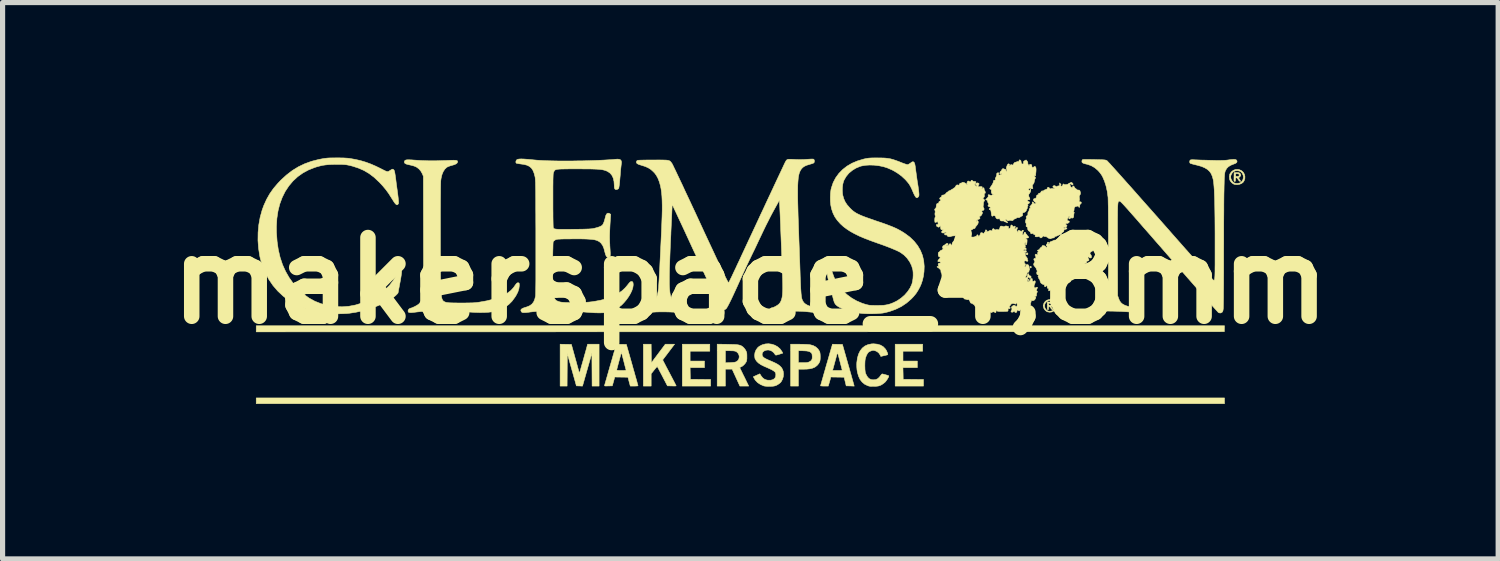
<source format=kicad_pcb>
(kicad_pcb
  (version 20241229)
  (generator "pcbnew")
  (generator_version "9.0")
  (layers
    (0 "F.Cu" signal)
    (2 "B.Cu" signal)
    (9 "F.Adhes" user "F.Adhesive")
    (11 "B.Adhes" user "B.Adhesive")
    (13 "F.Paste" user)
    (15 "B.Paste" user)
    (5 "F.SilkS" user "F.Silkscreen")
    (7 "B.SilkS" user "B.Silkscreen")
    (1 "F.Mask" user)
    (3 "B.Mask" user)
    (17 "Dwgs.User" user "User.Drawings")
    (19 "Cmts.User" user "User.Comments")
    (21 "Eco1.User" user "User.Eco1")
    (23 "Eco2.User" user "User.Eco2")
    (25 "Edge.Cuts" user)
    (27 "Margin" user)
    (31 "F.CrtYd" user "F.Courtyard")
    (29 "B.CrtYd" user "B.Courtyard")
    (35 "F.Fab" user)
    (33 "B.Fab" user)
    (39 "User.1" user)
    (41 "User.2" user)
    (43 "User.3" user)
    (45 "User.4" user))
  (footprint "makerspace_4,8mm"
    (layer "F.Cu")
    (at 11.474 2.382)
    (property "Reference" "makerspace_4,8mm" (at 0 0 0) (layer "F.SilkS") (effects (font (size 1.524 1.524) (thickness 0.3))))
    (attr through_hole)
    (fp_poly (pts (xy 9.176 2.381) (xy -9.565 2.381) (xy -9.565 2.27) (xy 9.176 2.27) (xy 9.176 2.381)) (stroke (width 0.01) (type solid)) (fill yes) (layer "F.SilkS"))
    (fp_poly (pts (xy 9.174 0.931) (xy 9.172 0.988) (xy -9.565 0.992) (xy -9.565 0.873) (xy 9.176 0.873) (xy 9.174 0.931)) (stroke (width 0.01) (type solid)) (fill yes) (layer "F.SilkS"))
    (fp_poly (pts (xy 3.776 0.09) (xy 3.777 0.099) (xy 3.776 0.101) (xy 3.771 0.099) (xy 3.77 0.095) (xy 3.773 0.089) (xy 3.776 0.09)) (stroke (width 0.01) (type solid)) (fill yes) (layer "F.SilkS"))
    (fp_poly (pts (xy 3.81 0.101) (xy 3.81 0.102) (xy 3.808 0.117) (xy 3.802 0.117) (xy 3.798 0.11) (xy 3.798 0.098) (xy 3.801 0.093) (xy 3.808 0.09) (xy 3.81 0.101)) (stroke (width 0.01) (type solid)) (fill yes) (layer "F.SilkS"))
    (fp_poly (pts (xy 5.396 -0.017) (xy 5.397 -0.012) (xy 5.391 -0.001) (xy 5.386 0) (xy 5.375 -0.006) (xy 5.374 -0.012) (xy 5.38 -0.022) (xy 5.386 -0.024) (xy 5.396 -0.017)) (stroke (width 0.01) (type solid)) (fill yes) (layer "F.SilkS"))
    (fp_poly (pts (xy 5.435 -0.271) (xy 5.437 -0.262) (xy 5.432 -0.249) (xy 5.42 -0.246) (xy 5.409 -0.254) (xy 5.408 -0.267) (xy 5.419 -0.277) (xy 5.426 -0.278) (xy 5.435 -0.271)) (stroke (width 0.01) (type solid)) (fill yes) (layer "F.SilkS"))
    (fp_poly (pts (xy 5.367 -0.534) (xy 5.372 -0.52) (xy 5.367 -0.506) (xy 5.355 -0.5) (xy 5.342 -0.506) (xy 5.339 -0.511) (xy 5.34 -0.525) (xy 5.35 -0.535) (xy 5.362 -0.537) (xy 5.367 -0.534)) (stroke (width 0.01) (type solid)) (fill yes) (layer "F.SilkS"))
    (fp_poly (pts (xy -0.786 1.365) (xy -1.167 1.365) (xy -1.167 1.556) (xy -0.889 1.556) (xy -0.889 1.683) (xy -1.167 1.683) (xy -1.163 1.909) (xy -0.966 1.911) (xy -0.77 1.913) (xy -0.77 2.04) (xy -1.318 2.04) (xy -1.318 1.23) (xy -0.786 1.23) (xy -0.786 1.365)) (stroke (width 0.01) (type solid)) (fill yes) (layer "F.SilkS"))
    (fp_poly (pts (xy 3.334 1.365) (xy 2.953 1.365) (xy 2.953 1.556) (xy 3.231 1.556) (xy 3.231 1.683) (xy 2.952 1.683) (xy 2.955 1.796) (xy 2.957 1.909) (xy 3.35 1.913) (xy 3.35 2.04) (xy 2.802 2.04) (xy 2.802 1.23) (xy 3.334 1.23) (xy 3.334 1.365)) (stroke (width 0.01) (type solid)) (fill yes) (layer "F.SilkS"))
    (fp_poly (pts (xy -3.574 1.232) (xy -3.465 1.234) (xy -3.388 1.512) (xy -3.37 1.576) (xy -3.354 1.635) (xy -3.34 1.687) (xy -3.327 1.73) (xy -3.318 1.764) (xy -3.312 1.786) (xy -3.31 1.794) (xy -3.308 1.787) (xy -3.302 1.767) (xy -3.292 1.735) (xy -3.28 1.693) (xy -3.266 1.642) (xy -3.249 1.584) (xy -3.231 1.521) (xy -3.213 1.454) (xy -3.193 1.385) (xy -3.174 1.316) (xy -3.159 1.26) (xy -3.151 1.23) (xy -2.929 1.23) (xy -2.929 2.04) (xy -3.064 2.04) (xy -3.066 1.721) (xy -3.068 1.402) (xy -3.159 1.721) (xy -3.25 2.041) (xy -3.309 2.038) (xy -3.368 2.036) (xy -3.456 1.723) (xy -3.544 1.41) (xy -3.546 1.725) (xy -3.548 2.04) (xy -3.683 2.04) (xy -3.683 1.23) (xy -3.574 1.232)) (stroke (width 0.01) (type solid)) (fill yes) (layer "F.SilkS"))
    (fp_poly (pts (xy -1.919 1.41) (xy -1.917 1.59) (xy -1.782 1.41) (xy -1.647 1.23) (xy -1.468 1.23) (xy -1.583 1.382) (xy -1.698 1.534) (xy -1.677 1.575) (xy -1.668 1.592) (xy -1.653 1.621) (xy -1.633 1.66) (xy -1.608 1.707) (xy -1.581 1.758) (xy -1.552 1.813) (xy -1.547 1.823) (xy -1.519 1.876) (xy -1.494 1.924) (xy -1.472 1.966) (xy -1.455 1.999) (xy -1.443 2.023) (xy -1.437 2.035) (xy -1.437 2.036) (xy -1.444 2.038) (xy -1.464 2.039) (xy -1.493 2.039) (xy -1.521 2.038) (xy -1.606 2.036) (xy -1.702 1.852) (xy -1.728 1.802) (xy -1.752 1.757) (xy -1.772 1.719) (xy -1.788 1.689) (xy -1.799 1.67) (xy -1.803 1.663) (xy -1.809 1.667) (xy -1.823 1.682) (xy -1.842 1.704) (xy -1.864 1.731) (xy -1.921 1.803) (xy -1.921 2.04) (xy -2.072 2.04) (xy -2.072 1.23) (xy -1.921 1.23) (xy -1.919 1.41)) (stroke (width 0.01) (type solid)) (fill yes) (layer "F.SilkS"))
    (fp_poly (pts (xy 5.852 0.377) (xy 5.884 0.399) (xy 5.908 0.431) (xy 5.909 0.434) (xy 5.919 0.47) (xy 5.918 0.51) (xy 5.907 0.547) (xy 5.899 0.562) (xy 5.87 0.589) (xy 5.833 0.606) (xy 5.792 0.611) (xy 5.751 0.604) (xy 5.729 0.594) (xy 5.702 0.57) (xy 5.68 0.538) (xy 5.669 0.502) (xy 5.667 0.488) (xy 5.668 0.482) (xy 5.692 0.482) (xy 5.699 0.521) (xy 5.706 0.537) (xy 5.73 0.57) (xy 5.762 0.589) (xy 5.799 0.593) (xy 5.838 0.584) (xy 5.868 0.564) (xy 5.888 0.535) (xy 5.896 0.502) (xy 5.895 0.467) (xy 5.882 0.434) (xy 5.859 0.407) (xy 5.838 0.394) (xy 5.801 0.384) (xy 5.765 0.39) (xy 5.73 0.412) (xy 5.726 0.415) (xy 5.701 0.447) (xy 5.692 0.482) (xy 5.668 0.482) (xy 5.671 0.467) (xy 5.68 0.441) (xy 5.683 0.433) (xy 5.707 0.4) (xy 5.739 0.378) (xy 5.776 0.367) (xy 5.815 0.367) (xy 5.852 0.377)) (stroke (width 0.01) (type solid)) (fill yes) (layer "F.SilkS"))
    (fp_poly (pts (xy 5.816 0.417) (xy 5.841 0.428) (xy 5.852 0.447) (xy 5.85 0.473) (xy 5.849 0.475) (xy 5.839 0.488) (xy 5.83 0.492) (xy 5.82 0.494) (xy 5.82 0.502) (xy 5.83 0.518) (xy 5.833 0.523) (xy 5.848 0.545) (xy 5.854 0.557) (xy 5.853 0.563) (xy 5.847 0.564) (xy 5.835 0.557) (xy 5.821 0.542) (xy 5.814 0.532) (xy 5.8 0.513) (xy 5.787 0.502) (xy 5.782 0.5) (xy 5.774 0.505) (xy 5.771 0.523) (xy 5.771 0.532) (xy 5.769 0.554) (xy 5.762 0.563) (xy 5.759 0.564) (xy 5.753 0.561) (xy 5.749 0.551) (xy 5.747 0.531) (xy 5.747 0.499) (xy 5.747 0.488) (xy 5.747 0.456) (xy 5.771 0.456) (xy 5.773 0.47) (xy 5.782 0.475) (xy 5.797 0.476) (xy 5.82 0.472) (xy 5.829 0.464) (xy 5.831 0.448) (xy 5.82 0.439) (xy 5.798 0.437) (xy 5.779 0.438) (xy 5.772 0.445) (xy 5.771 0.456) (xy 5.747 0.456) (xy 5.747 0.413) (xy 5.778 0.413) (xy 5.816 0.417)) (stroke (width 0.01) (type solid)) (fill yes) (layer "F.SilkS"))
    (fp_poly (pts (xy 9.413 -2.091) (xy 9.442 -2.091) (xy 9.46 -2.087) (xy 9.472 -2.079) (xy 9.478 -2.073) (xy 9.491 -2.052) (xy 9.49 -2.034) (xy 9.476 -2.014) (xy 9.47 -2.009) (xy 9.448 -1.988) (xy 9.471 -1.955) (xy 9.484 -1.935) (xy 9.488 -1.925) (xy 9.485 -1.921) (xy 9.478 -1.921) (xy 9.462 -1.929) (xy 9.444 -1.951) (xy 9.441 -1.957) (xy 9.424 -1.981) (xy 9.409 -1.992) (xy 9.405 -1.992) (xy 9.396 -1.99) (xy 9.391 -1.979) (xy 9.39 -1.957) (xy 9.39 -1.957) (xy 9.389 -1.934) (xy 9.385 -1.924) (xy 9.375 -1.921) (xy 9.374 -1.921) (xy 9.367 -1.922) (xy 9.362 -1.926) (xy 9.36 -1.937) (xy 9.359 -1.957) (xy 9.36 -1.989) (xy 9.36 -2.006) (xy 9.361 -2.044) (xy 9.39 -2.044) (xy 9.391 -2.025) (xy 9.398 -2.018) (xy 9.413 -2.016) (xy 9.435 -2.018) (xy 9.449 -2.021) (xy 9.459 -2.032) (xy 9.461 -2.044) (xy 9.457 -2.06) (xy 9.44 -2.069) (xy 9.413 -2.072) (xy 9.398 -2.07) (xy 9.391 -2.062) (xy 9.39 -2.044) (xy 9.361 -2.044) (xy 9.362 -2.092) (xy 9.413 -2.091)) (stroke (width 0.01) (type solid)) (fill yes) (layer "F.SilkS"))
    (fp_poly (pts (xy 9.466 -2.147) (xy 9.507 -2.128) (xy 9.539 -2.098) (xy 9.561 -2.06) (xy 9.571 -2.018) (xy 9.57 -1.975) (xy 9.556 -1.933) (xy 9.535 -1.902) (xy 9.504 -1.879) (xy 9.464 -1.864) (xy 9.421 -1.858) (xy 9.378 -1.861) (xy 9.354 -1.869) (xy 9.324 -1.888) (xy 9.297 -1.917) (xy 9.279 -1.947) (xy 9.279 -1.947) (xy 9.273 -1.973) (xy 9.271 -2.006) (xy 9.272 -2.01) (xy 9.295 -2.01) (xy 9.301 -1.973) (xy 9.318 -1.937) (xy 9.342 -1.907) (xy 9.37 -1.889) (xy 9.401 -1.882) (xy 9.437 -1.883) (xy 9.471 -1.891) (xy 9.483 -1.897) (xy 9.514 -1.924) (xy 9.534 -1.96) (xy 9.542 -1.999) (xy 9.537 -2.039) (xy 9.52 -2.077) (xy 9.5 -2.101) (xy 9.467 -2.121) (xy 9.427 -2.129) (xy 9.386 -2.125) (xy 9.348 -2.107) (xy 9.344 -2.105) (xy 9.325 -2.084) (xy 9.308 -2.056) (xy 9.297 -2.026) (xy 9.295 -2.01) (xy 9.272 -2.01) (xy 9.273 -2.038) (xy 9.278 -2.062) (xy 9.28 -2.066) (xy 9.309 -2.107) (xy 9.347 -2.136) (xy 9.391 -2.152) (xy 9.439 -2.153) (xy 9.466 -2.147)) (stroke (width 0.01) (type solid)) (fill yes) (layer "F.SilkS"))
    (fp_poly (pts (xy 0.939 1.23) (xy 0.991 1.231) (xy 1.042 1.232) (xy 1.088 1.234) (xy 1.125 1.236) (xy 1.149 1.239) (xy 1.15 1.239) (xy 1.212 1.255) (xy 1.265 1.283) (xy 1.307 1.321) (xy 1.337 1.367) (xy 1.34 1.373) (xy 1.347 1.399) (xy 1.351 1.436) (xy 1.352 1.477) (xy 1.351 1.518) (xy 1.346 1.552) (xy 1.342 1.567) (xy 1.323 1.603) (xy 1.293 1.639) (xy 1.256 1.669) (xy 1.238 1.679) (xy 1.198 1.695) (xy 1.151 1.706) (xy 1.093 1.712) (xy 1.023 1.714) (xy 1.019 1.714) (xy 0.929 1.714) (xy 0.929 2.04) (xy 0.778 2.04) (xy 0.778 1.587) (xy 0.929 1.587) (xy 1.018 1.587) (xy 1.06 1.587) (xy 1.089 1.585) (xy 1.111 1.582) (xy 1.129 1.576) (xy 1.143 1.57) (xy 1.171 1.552) (xy 1.188 1.531) (xy 1.196 1.504) (xy 1.197 1.465) (xy 1.196 1.461) (xy 1.194 1.432) (xy 1.189 1.413) (xy 1.18 1.399) (xy 1.172 1.392) (xy 1.15 1.377) (xy 1.122 1.367) (xy 1.087 1.361) (xy 1.039 1.358) (xy 1.01 1.357) (xy 0.929 1.357) (xy 0.929 1.587) (xy 0.778 1.587) (xy 0.778 1.23) (xy 0.939 1.23)) (stroke (width 0.01) (type solid)) (fill yes) (layer "F.SilkS"))
    (fp_poly (pts (xy -0.443 1.232) (xy -0.373 1.234) (xy -0.317 1.235) (xy -0.273 1.238) (xy -0.239 1.242) (xy -0.211 1.248) (xy -0.189 1.255) (xy -0.17 1.265) (xy -0.151 1.278) (xy -0.14 1.287) (xy -0.119 1.309) (xy -0.098 1.337) (xy -0.089 1.352) (xy -0.079 1.374) (xy -0.072 1.394) (xy -0.069 1.417) (xy -0.068 1.449) (xy -0.068 1.468) (xy -0.068 1.511) (xy -0.072 1.541) (xy -0.078 1.564) (xy -0.082 1.573) (xy -0.103 1.605) (xy -0.131 1.635) (xy -0.161 1.659) (xy -0.18 1.668) (xy -0.197 1.676) (xy -0.206 1.682) (xy -0.206 1.682) (xy -0.203 1.691) (xy -0.194 1.711) (xy -0.179 1.741) (xy -0.16 1.78) (xy -0.138 1.826) (xy -0.119 1.863) (xy -0.033 2.04) (xy -0.204 2.04) (xy -0.279 1.876) (xy -0.354 1.713) (xy -0.485 1.713) (xy -0.485 1.876) (xy -0.484 2.04) (xy -0.643 2.04) (xy -0.643 1.59) (xy -0.484 1.59) (xy -0.39 1.586) (xy -0.345 1.583) (xy -0.312 1.58) (xy -0.289 1.575) (xy -0.272 1.568) (xy -0.269 1.567) (xy -0.239 1.542) (xy -0.222 1.509) (xy -0.216 1.474) (xy -0.222 1.438) (xy -0.239 1.405) (xy -0.267 1.378) (xy -0.278 1.371) (xy -0.296 1.365) (xy -0.318 1.36) (xy -0.349 1.358) (xy -0.392 1.357) (xy -0.395 1.357) (xy -0.484 1.357) (xy -0.484 1.59) (xy -0.643 1.59) (xy -0.643 1.229) (xy -0.443 1.232)) (stroke (width 0.01) (type solid)) (fill yes) (layer "F.SilkS"))
    (fp_poly (pts (xy 1.685 1.232) (xy 1.781 1.234) (xy 1.89 1.618) (xy 1.912 1.694) (xy 1.932 1.766) (xy 1.951 1.832) (xy 1.967 1.89) (xy 1.981 1.94) (xy 1.992 1.979) (xy 2 2.007) (xy 2.004 2.021) (xy 2.004 2.022) (xy 2.009 2.041) (xy 1.931 2.038) (xy 1.854 2.036) (xy 1.834 1.953) (xy 1.813 1.869) (xy 1.685 1.867) (xy 1.556 1.865) (xy 1.548 1.899) (xy 1.541 1.925) (xy 1.531 1.958) (xy 1.523 1.986) (xy 1.507 2.04) (xy 1.432 2.04) (xy 1.4 2.04) (xy 1.375 2.038) (xy 1.36 2.037) (xy 1.357 2.036) (xy 1.359 2.028) (xy 1.365 2.006) (xy 1.375 1.973) (xy 1.387 1.93) (xy 1.402 1.878) (xy 1.418 1.82) (xy 1.436 1.757) (xy 1.442 1.738) (xy 1.59 1.738) (xy 1.685 1.738) (xy 1.727 1.738) (xy 1.755 1.737) (xy 1.771 1.734) (xy 1.776 1.73) (xy 1.776 1.728) (xy 1.773 1.718) (xy 1.767 1.695) (xy 1.758 1.661) (xy 1.747 1.619) (xy 1.735 1.571) (xy 1.73 1.554) (xy 1.718 1.505) (xy 1.707 1.463) (xy 1.697 1.428) (xy 1.69 1.404) (xy 1.686 1.392) (xy 1.686 1.391) (xy 1.683 1.399) (xy 1.677 1.42) (xy 1.668 1.452) (xy 1.657 1.493) (xy 1.644 1.54) (xy 1.637 1.566) (xy 1.59 1.738) (xy 1.442 1.738) (xy 1.455 1.691) (xy 1.474 1.624) (xy 1.494 1.557) (xy 1.512 1.493) (xy 1.53 1.432) (xy 1.545 1.377) (xy 1.559 1.33) (xy 1.57 1.291) (xy 1.573 1.284) (xy 1.588 1.23) (xy 1.685 1.232)) (stroke (width 0.01) (type solid)) (fill yes) (layer "F.SilkS"))
    (fp_poly (pts (xy 0.415 1.23) (xy 0.475 1.25) (xy 0.529 1.281) (xy 0.576 1.323) (xy 0.612 1.374) (xy 0.614 1.378) (xy 0.627 1.403) (xy 0.558 1.425) (xy 0.525 1.435) (xy 0.504 1.44) (xy 0.491 1.441) (xy 0.485 1.438) (xy 0.48 1.432) (xy 0.449 1.391) (xy 0.41 1.361) (xy 0.367 1.345) (xy 0.34 1.342) (xy 0.299 1.347) (xy 0.266 1.361) (xy 0.241 1.383) (xy 0.228 1.41) (xy 0.227 1.44) (xy 0.234 1.46) (xy 0.245 1.475) (xy 0.262 1.491) (xy 0.288 1.507) (xy 0.324 1.525) (xy 0.372 1.546) (xy 0.404 1.559) (xy 0.473 1.59) (xy 0.528 1.619) (xy 0.57 1.65) (xy 0.601 1.682) (xy 0.622 1.718) (xy 0.635 1.755) (xy 0.641 1.806) (xy 0.636 1.86) (xy 0.62 1.911) (xy 0.596 1.955) (xy 0.582 1.973) (xy 0.557 1.993) (xy 0.527 2.013) (xy 0.509 2.023) (xy 0.486 2.033) (xy 0.463 2.039) (xy 0.437 2.043) (xy 0.402 2.045) (xy 0.377 2.046) (xy 0.324 2.045) (xy 0.283 2.042) (xy 0.258 2.037) (xy 0.194 2.009) (xy 0.139 1.973) (xy 0.096 1.928) (xy 0.077 1.899) (xy 0.056 1.86) (xy 0.182 1.803) (xy 0.207 1.843) (xy 0.239 1.883) (xy 0.275 1.909) (xy 0.319 1.924) (xy 0.344 1.927) (xy 0.396 1.926) (xy 0.438 1.915) (xy 0.468 1.894) (xy 0.487 1.863) (xy 0.492 1.826) (xy 0.491 1.806) (xy 0.487 1.788) (xy 0.479 1.772) (xy 0.464 1.757) (xy 0.443 1.742) (xy 0.412 1.724) (xy 0.37 1.704) (xy 0.317 1.68) (xy 0.266 1.658) (xy 0.204 1.627) (xy 0.153 1.592) (xy 0.116 1.554) (xy 0.092 1.514) (xy 0.087 1.5) (xy 0.081 1.447) (xy 0.088 1.393) (xy 0.108 1.343) (xy 0.139 1.299) (xy 0.17 1.272) (xy 0.227 1.242) (xy 0.289 1.225) (xy 0.352 1.221) (xy 0.415 1.23)) (stroke (width 0.01) (type solid)) (fill yes) (layer "F.SilkS"))
    (fp_poly (pts (xy 2.455 1.229) (xy 2.517 1.247) (xy 2.569 1.277) (xy 2.61 1.319) (xy 2.619 1.331) (xy 2.634 1.356) (xy 2.646 1.384) (xy 2.656 1.408) (xy 2.659 1.426) (xy 2.658 1.432) (xy 2.649 1.436) (xy 2.629 1.442) (xy 2.6 1.449) (xy 2.589 1.451) (xy 2.524 1.467) (xy 2.513 1.442) (xy 2.489 1.405) (xy 2.455 1.375) (xy 2.414 1.356) (xy 2.375 1.349) (xy 2.351 1.354) (xy 2.321 1.365) (xy 2.294 1.379) (xy 2.283 1.387) (xy 2.265 1.411) (xy 2.246 1.446) (xy 2.231 1.487) (xy 2.222 1.522) (xy 2.218 1.555) (xy 2.216 1.599) (xy 2.215 1.651) (xy 2.216 1.673) (xy 2.217 1.716) (xy 2.22 1.747) (xy 2.223 1.771) (xy 2.228 1.791) (xy 2.237 1.811) (xy 2.245 1.828) (xy 2.27 1.869) (xy 2.299 1.897) (xy 2.334 1.913) (xy 2.369 1.919) (xy 2.417 1.917) (xy 2.459 1.901) (xy 2.494 1.871) (xy 2.513 1.846) (xy 2.533 1.819) (xy 2.548 1.806) (xy 2.555 1.805) (xy 2.569 1.809) (xy 2.593 1.815) (xy 2.619 1.822) (xy 2.646 1.83) (xy 2.667 1.837) (xy 2.677 1.841) (xy 2.678 1.851) (xy 2.671 1.871) (xy 2.657 1.896) (xy 2.64 1.922) (xy 2.621 1.948) (xy 2.607 1.964) (xy 2.578 1.988) (xy 2.545 2.011) (xy 2.527 2.021) (xy 2.504 2.031) (xy 2.482 2.038) (xy 2.456 2.042) (xy 2.422 2.045) (xy 2.398 2.046) (xy 2.355 2.046) (xy 2.322 2.045) (xy 2.296 2.041) (xy 2.273 2.034) (xy 2.212 2.005) (xy 2.163 1.964) (xy 2.122 1.912) (xy 2.092 1.847) (xy 2.07 1.769) (xy 2.063 1.725) (xy 2.059 1.676) (xy 2.058 1.624) (xy 2.059 1.588) (xy 2.071 1.499) (xy 2.093 1.422) (xy 2.125 1.357) (xy 2.166 1.305) (xy 2.216 1.265) (xy 2.276 1.238) (xy 2.344 1.224) (xy 2.384 1.222) (xy 2.455 1.229)) (stroke (width 0.01) (type solid)) (fill yes) (layer "F.SilkS"))
    (fp_poly (pts (xy -2.515 1.232) (xy -2.498 1.232) (xy -2.401 1.234) (xy -2.288 1.631) (xy -2.267 1.708) (xy -2.246 1.779) (xy -2.228 1.845) (xy -2.211 1.904) (xy -2.197 1.953) (xy -2.187 1.992) (xy -2.179 2.019) (xy -2.175 2.033) (xy -2.175 2.034) (xy -2.182 2.037) (xy -2.202 2.039) (xy -2.231 2.04) (xy -2.25 2.04) (xy -2.325 2.04) (xy -2.334 2.006) (xy -2.342 1.98) (xy -2.35 1.947) (xy -2.357 1.921) (xy -2.37 1.869) (xy -2.498 1.867) (xy -2.625 1.865) (xy -2.673 2.036) (xy -2.75 2.038) (xy -2.785 2.039) (xy -2.808 2.039) (xy -2.819 2.037) (xy -2.824 2.033) (xy -2.823 2.026) (xy -2.82 2.016) (xy -2.813 1.992) (xy -2.803 1.956) (xy -2.789 1.909) (xy -2.773 1.853) (xy -2.755 1.789) (xy -2.738 1.729) (xy -2.588 1.729) (xy -2.581 1.734) (xy -2.559 1.737) (xy -2.522 1.738) (xy -2.496 1.738) (xy -2.456 1.738) (xy -2.43 1.737) (xy -2.415 1.735) (xy -2.408 1.732) (xy -2.407 1.727) (xy -2.408 1.724) (xy -2.411 1.713) (xy -2.418 1.688) (xy -2.427 1.653) (xy -2.438 1.611) (xy -2.45 1.563) (xy -2.453 1.55) (xy -2.466 1.502) (xy -2.477 1.46) (xy -2.486 1.426) (xy -2.493 1.403) (xy -2.496 1.391) (xy -2.497 1.391) (xy -2.5 1.399) (xy -2.506 1.42) (xy -2.514 1.451) (xy -2.525 1.489) (xy -2.536 1.531) (xy -2.548 1.575) (xy -2.56 1.619) (xy -2.57 1.658) (xy -2.579 1.692) (xy -2.585 1.716) (xy -2.588 1.729) (xy -2.588 1.729) (xy -2.738 1.729) (xy -2.735 1.72) (xy -2.714 1.645) (xy -2.711 1.635) (xy -2.689 1.56) (xy -2.669 1.49) (xy -2.651 1.425) (xy -2.634 1.368) (xy -2.62 1.32) (xy -2.61 1.282) (xy -2.602 1.257) (xy -2.599 1.244) (xy -2.599 1.244) (xy -2.595 1.238) (xy -2.588 1.234) (xy -2.574 1.232) (xy -2.551 1.231) (xy -2.515 1.232)) (stroke (width 0.01) (type solid)) (fill yes) (layer "F.SilkS"))
    (fp_poly (pts (xy -6.55 -2.337) (xy -6.529 -2.335) (xy -6.375 -2.325) (xy -6.229 -2.32) (xy -6.082 -2.32) (xy -5.928 -2.325) (xy -5.916 -2.325) (xy -5.847 -2.328) (xy -5.791 -2.33) (xy -5.749 -2.331) (xy -5.717 -2.33) (xy -5.695 -2.328) (xy -5.68 -2.324) (xy -5.672 -2.318) (xy -5.668 -2.31) (xy -5.667 -2.301) (xy -5.674 -2.28) (xy -5.694 -2.262) (xy -5.727 -2.246) (xy -5.774 -2.232) (xy -5.81 -2.222) (xy -5.844 -2.21) (xy -5.869 -2.198) (xy -5.875 -2.195) (xy -5.913 -2.16) (xy -5.945 -2.112) (xy -5.97 -2.051) (xy -5.987 -1.978) (xy -5.993 -1.935) (xy -5.994 -1.916) (xy -5.995 -1.883) (xy -5.996 -1.836) (xy -5.997 -1.777) (xy -5.997 -1.707) (xy -5.998 -1.627) (xy -5.999 -1.538) (xy -5.999 -1.442) (xy -6 -1.34) (xy -6 -1.233) (xy -6 -1.122) (xy -6 -1.009) (xy -6 -0.895) (xy -6 -0.78) (xy -6 -0.667) (xy -6 -0.555) (xy -5.999 -0.448) (xy -5.999 -0.345) (xy -5.998 -0.248) (xy -5.998 -0.158) (xy -5.997 -0.077) (xy -5.996 -0.005) (xy -5.995 0.056) (xy -5.994 0.104) (xy -5.993 0.14) (xy -5.993 0.147) (xy -5.989 0.217) (xy -5.984 0.273) (xy -5.978 0.316) (xy -5.97 0.349) (xy -5.959 0.374) (xy -5.947 0.39) (xy -5.941 0.396) (xy -5.927 0.405) (xy -5.91 0.413) (xy -5.89 0.42) (xy -5.863 0.424) (xy -5.83 0.428) (xy -5.787 0.43) (xy -5.733 0.431) (xy -5.667 0.432) (xy -5.592 0.432) (xy -5.519 0.432) (xy -5.458 0.431) (xy -5.409 0.43) (xy -5.368 0.429) (xy -5.332 0.426) (xy -5.299 0.423) (xy -5.266 0.419) (xy -5.235 0.414) (xy -5.105 0.391) (xy -4.989 0.362) (xy -4.884 0.328) (xy -4.788 0.287) (xy -4.774 0.28) (xy -4.697 0.237) (xy -4.635 0.189) (xy -4.585 0.135) (xy -4.57 0.113) (xy -4.547 0.08) (xy -4.53 0.058) (xy -4.516 0.045) (xy -4.503 0.041) (xy -4.491 0.041) (xy -4.482 0.044) (xy -4.476 0.05) (xy -4.474 0.064) (xy -4.473 0.089) (xy -4.473 0.099) (xy -4.481 0.157) (xy -4.501 0.22) (xy -4.536 0.287) (xy -4.559 0.323) (xy -4.615 0.399) (xy -4.676 0.46) (xy -4.743 0.51) (xy -4.819 0.55) (xy -4.832 0.556) (xy -4.887 0.576) (xy -4.944 0.592) (xy -5.007 0.604) (xy -5.075 0.612) (xy -5.153 0.616) (xy -5.24 0.617) (xy -5.338 0.614) (xy -5.45 0.607) (xy -5.489 0.604) (xy -5.668 0.593) (xy -5.833 0.585) (xy -5.985 0.582) (xy -6.125 0.583) (xy -6.256 0.588) (xy -6.377 0.598) (xy -6.462 0.607) (xy -6.516 0.614) (xy -6.556 0.618) (xy -6.585 0.618) (xy -6.604 0.616) (xy -6.616 0.612) (xy -6.618 0.61) (xy -6.627 0.591) (xy -6.623 0.569) (xy -6.608 0.549) (xy -6.607 0.548) (xy -6.589 0.537) (xy -6.575 0.532) (xy -6.575 0.532) (xy -6.558 0.528) (xy -6.532 0.517) (xy -6.501 0.503) (xy -6.469 0.486) (xy -6.441 0.469) (xy -6.42 0.454) (xy -6.419 0.453) (xy -6.387 0.416) (xy -6.362 0.369) (xy -6.344 0.31) (xy -6.338 0.28) (xy -6.336 0.269) (xy -6.335 0.254) (xy -6.333 0.237) (xy -6.332 0.215) (xy -6.331 0.188) (xy -6.33 0.156) (xy -6.329 0.116) (xy -6.329 0.07) (xy -6.328 0.015) (xy -6.328 -0.049) (xy -6.328 -0.123) (xy -6.327 -0.208) (xy -6.327 -0.304) (xy -6.327 -0.412) (xy -6.327 -0.533) (xy -6.328 -0.668) (xy -6.328 -0.818) (xy -6.328 -0.905) (xy -6.33 -2.02) (xy -6.349 -2.067) (xy -6.376 -2.116) (xy -6.412 -2.159) (xy -6.456 -2.194) (xy -6.493 -2.212) (xy -6.522 -2.222) (xy -6.56 -2.232) (xy -6.598 -2.241) (xy -6.604 -2.242) (xy -6.647 -2.252) (xy -6.675 -2.263) (xy -6.692 -2.276) (xy -6.698 -2.292) (xy -6.698 -2.301) (xy -6.693 -2.317) (xy -6.683 -2.328) (xy -6.666 -2.336) (xy -6.639 -2.339) (xy -6.601 -2.339) (xy -6.55 -2.337)) (stroke (width 0.01) (type solid)) (fill yes) (layer "F.SilkS"))
    (fp_poly (pts (xy -7.937 -2.376) (xy -7.876 -2.375) (xy -7.823 -2.372) (xy -7.781 -2.369) (xy -7.759 -2.366) (xy -7.644 -2.346) (xy -7.541 -2.322) (xy -7.444 -2.293) (xy -7.349 -2.258) (xy -7.25 -2.215) (xy -7.168 -2.175) (xy -7.119 -2.15) (xy -7.083 -2.132) (xy -7.056 -2.119) (xy -7.036 -2.113) (xy -7.021 -2.111) (xy -7.008 -2.113) (xy -6.996 -2.119) (xy -6.981 -2.129) (xy -6.976 -2.132) (xy -6.949 -2.149) (xy -6.931 -2.157) (xy -6.918 -2.157) (xy -6.908 -2.15) (xy -6.904 -2.145) (xy -6.899 -2.14) (xy -6.895 -2.134) (xy -6.892 -2.126) (xy -6.888 -2.114) (xy -6.884 -2.097) (xy -6.88 -2.074) (xy -6.875 -2.042) (xy -6.869 -2.001) (xy -6.862 -1.948) (xy -6.854 -1.883) (xy -6.843 -1.804) (xy -6.843 -1.802) (xy -6.832 -1.725) (xy -6.824 -1.662) (xy -6.818 -1.612) (xy -6.814 -1.573) (xy -6.811 -1.543) (xy -6.81 -1.522) (xy -6.81 -1.506) (xy -6.811 -1.496) (xy -6.813 -1.489) (xy -6.815 -1.486) (xy -6.827 -1.473) (xy -6.839 -1.467) (xy -6.853 -1.472) (xy -6.87 -1.487) (xy -6.891 -1.513) (xy -6.916 -1.552) (xy -6.945 -1.598) (xy -7 -1.685) (xy -7.056 -1.762) (xy -7.116 -1.834) (xy -7.185 -1.908) (xy -7.195 -1.917) (xy -7.287 -2.003) (xy -7.381 -2.074) (xy -7.479 -2.132) (xy -7.584 -2.178) (xy -7.697 -2.215) (xy -7.764 -2.232) (xy -7.794 -2.238) (xy -7.822 -2.243) (xy -7.851 -2.246) (xy -7.884 -2.248) (xy -7.925 -2.25) (xy -7.976 -2.25) (xy -8.013 -2.25) (xy -8.094 -2.249) (xy -8.163 -2.246) (xy -8.223 -2.24) (xy -8.279 -2.232) (xy -8.335 -2.219) (xy -8.394 -2.203) (xy -8.434 -2.19) (xy -8.553 -2.143) (xy -8.662 -2.084) (xy -8.762 -2.013) (xy -8.852 -1.93) (xy -8.932 -1.835) (xy -9.004 -1.727) (xy -9.062 -1.61) (xy -9.109 -1.484) (xy -9.143 -1.349) (xy -9.165 -1.204) (xy -9.174 -1.049) (xy -9.173 -0.933) (xy -9.161 -0.762) (xy -9.138 -0.602) (xy -9.103 -0.451) (xy -9.056 -0.31) (xy -8.996 -0.178) (xy -8.925 -0.054) (xy -8.923 -0.052) (xy -8.838 0.067) (xy -8.747 0.171) (xy -8.648 0.261) (xy -8.542 0.337) (xy -8.429 0.399) (xy -8.309 0.446) (xy -8.181 0.48) (xy -8.046 0.5) (xy -8.033 0.501) (xy -7.902 0.506) (xy -7.773 0.496) (xy -7.646 0.472) (xy -7.518 0.433) (xy -7.389 0.379) (xy -7.374 0.372) (xy -7.259 0.31) (xy -7.155 0.242) (xy -7.063 0.168) (xy -6.984 0.089) (xy -6.92 0.005) (xy -6.885 -0.052) (xy -6.854 -0.108) (xy -6.828 -0.15) (xy -6.808 -0.178) (xy -6.794 -0.191) (xy -6.773 -0.195) (xy -6.757 -0.185) (xy -6.751 -0.172) (xy -6.751 -0.159) (xy -6.754 -0.134) (xy -6.759 -0.098) (xy -6.766 -0.053) (xy -6.775 -0.002) (xy -6.782 0.036) (xy -6.792 0.089) (xy -6.801 0.137) (xy -6.809 0.177) (xy -6.814 0.208) (xy -6.818 0.227) (xy -6.818 0.232) (xy -6.824 0.244) (xy -6.841 0.263) (xy -6.864 0.286) (xy -6.892 0.31) (xy -6.921 0.332) (xy -6.935 0.342) (xy -7.059 0.415) (xy -7.195 0.48) (xy -7.339 0.535) (xy -7.489 0.58) (xy -7.643 0.613) (xy -7.763 0.631) (xy -7.812 0.636) (xy -7.873 0.639) (xy -7.941 0.641) (xy -8.012 0.642) (xy -8.082 0.641) (xy -8.148 0.64) (xy -8.204 0.637) (xy -8.235 0.634) (xy -8.391 0.609) (xy -8.539 0.571) (xy -8.679 0.52) (xy -8.811 0.457) (xy -8.933 0.383) (xy -9.046 0.297) (xy -9.149 0.2) (xy -9.24 0.094) (xy -9.32 -0.023) (xy -9.388 -0.148) (xy -9.443 -0.282) (xy -9.485 -0.425) (xy -9.497 -0.48) (xy -9.52 -0.628) (xy -9.531 -0.779) (xy -9.529 -0.931) (xy -9.515 -1.081) (xy -9.489 -1.226) (xy -9.451 -1.364) (xy -9.418 -1.455) (xy -9.365 -1.572) (xy -9.304 -1.68) (xy -9.232 -1.783) (xy -9.147 -1.883) (xy -9.088 -1.945) (xy -8.979 -2.045) (xy -8.867 -2.131) (xy -8.75 -2.203) (xy -8.627 -2.262) (xy -8.495 -2.31) (xy -8.353 -2.346) (xy -8.29 -2.358) (xy -8.253 -2.365) (xy -8.218 -2.369) (xy -8.182 -2.373) (xy -8.143 -2.375) (xy -8.096 -2.376) (xy -8.039 -2.376) (xy -8.005 -2.377) (xy -7.937 -2.376)) (stroke (width 0.01) (type solid)) (fill yes) (layer "F.SilkS"))
    (fp_poly (pts (xy 2.537 -2.375) (xy 2.601 -2.373) (xy 2.657 -2.367) (xy 2.71 -2.358) (xy 2.762 -2.344) (xy 2.818 -2.325) (xy 2.883 -2.301) (xy 2.897 -2.295) (xy 2.94 -2.278) (xy 2.978 -2.264) (xy 3.01 -2.253) (xy 3.032 -2.247) (xy 3.04 -2.246) (xy 3.063 -2.253) (xy 3.091 -2.271) (xy 3.096 -2.274) (xy 3.122 -2.294) (xy 3.143 -2.302) (xy 3.16 -2.298) (xy 3.173 -2.282) (xy 3.183 -2.252) (xy 3.191 -2.207) (xy 3.195 -2.173) (xy 3.2 -2.136) (xy 3.207 -2.086) (xy 3.215 -2.029) (xy 3.223 -1.969) (xy 3.232 -1.908) (xy 3.235 -1.893) (xy 3.246 -1.822) (xy 3.254 -1.765) (xy 3.259 -1.72) (xy 3.262 -1.686) (xy 3.263 -1.661) (xy 3.261 -1.643) (xy 3.256 -1.63) (xy 3.25 -1.621) (xy 3.246 -1.618) (xy 3.232 -1.607) (xy 3.223 -1.603) (xy 3.206 -1.611) (xy 3.188 -1.634) (xy 3.167 -1.673) (xy 3.148 -1.716) (xy 3.122 -1.777) (xy 3.097 -1.827) (xy 3.071 -1.87) (xy 3.039 -1.911) (xy 3.001 -1.954) (xy 2.997 -1.958) (xy 2.924 -2.026) (xy 2.838 -2.088) (xy 2.746 -2.141) (xy 2.649 -2.183) (xy 2.576 -2.206) (xy 2.489 -2.224) (xy 2.399 -2.235) (xy 2.31 -2.238) (xy 2.227 -2.233) (xy 2.153 -2.22) (xy 2.123 -2.212) (xy 2.042 -2.178) (xy 1.969 -2.133) (xy 1.905 -2.079) (xy 1.853 -2.016) (xy 1.813 -1.947) (xy 1.801 -1.917) (xy 1.788 -1.867) (xy 1.781 -1.807) (xy 1.779 -1.744) (xy 1.783 -1.683) (xy 1.789 -1.648) (xy 1.808 -1.583) (xy 1.834 -1.525) (xy 1.87 -1.47) (xy 1.918 -1.415) (xy 1.932 -1.4) (xy 1.956 -1.376) (xy 1.98 -1.355) (xy 2.004 -1.336) (xy 2.031 -1.318) (xy 2.061 -1.3) (xy 2.096 -1.283) (xy 2.137 -1.264) (xy 2.186 -1.244) (xy 2.245 -1.222) (xy 2.314 -1.198) (xy 2.395 -1.169) (xy 2.49 -1.137) (xy 2.496 -1.135) (xy 2.587 -1.104) (xy 2.665 -1.075) (xy 2.733 -1.049) (xy 2.792 -1.024) (xy 2.845 -0.999) (xy 2.894 -0.973) (xy 2.943 -0.944) (xy 2.99 -0.914) (xy 3.086 -0.843) (xy 3.168 -0.764) (xy 3.236 -0.679) (xy 3.29 -0.587) (xy 3.33 -0.489) (xy 3.354 -0.386) (xy 3.364 -0.278) (xy 3.36 -0.173) (xy 3.348 -0.085) (xy 3.33 -0.008) (xy 3.306 0.064) (xy 3.282 0.119) (xy 3.244 0.189) (xy 3.204 0.251) (xy 3.156 0.309) (xy 3.114 0.353) (xy 3.023 0.432) (xy 2.922 0.5) (xy 2.81 0.555) (xy 2.689 0.598) (xy 2.602 0.62) (xy 2.557 0.628) (xy 2.501 0.633) (xy 2.436 0.638) (xy 2.367 0.64) (xy 2.299 0.641) (xy 2.233 0.639) (xy 2.176 0.636) (xy 2.131 0.631) (xy 2.04 0.614) (xy 1.953 0.594) (xy 1.872 0.572) (xy 1.8 0.548) (xy 1.741 0.524) (xy 1.72 0.514) (xy 1.677 0.487) (xy 1.645 0.457) (xy 1.624 0.42) (xy 1.609 0.372) (xy 1.608 0.369) (xy 1.601 0.342) (xy 1.591 0.303) (xy 1.579 0.256) (xy 1.565 0.203) (xy 1.55 0.149) (xy 1.546 0.135) (xy 1.523 0.045) (xy 1.504 -0.03) (xy 1.492 -0.093) (xy 1.484 -0.143) (xy 1.482 -0.182) (xy 1.485 -0.211) (xy 1.493 -0.229) (xy 1.506 -0.24) (xy 1.509 -0.241) (xy 1.526 -0.243) (xy 1.541 -0.238) (xy 1.554 -0.225) (xy 1.568 -0.201) (xy 1.583 -0.166) (xy 1.6 -0.117) (xy 1.615 -0.076) (xy 1.632 -0.035) (xy 1.649 0.001) (xy 1.656 0.016) (xy 1.714 0.107) (xy 1.785 0.192) (xy 1.868 0.269) (xy 1.96 0.337) (xy 2.06 0.394) (xy 2.166 0.439) (xy 2.227 0.458) (xy 2.257 0.466) (xy 2.283 0.472) (xy 2.309 0.476) (xy 2.338 0.478) (xy 2.374 0.479) (xy 2.42 0.48) (xy 2.449 0.48) (xy 2.517 0.479) (xy 2.573 0.477) (xy 2.62 0.471) (xy 2.664 0.462) (xy 2.707 0.45) (xy 2.753 0.432) (xy 2.764 0.428) (xy 2.844 0.388) (xy 2.918 0.337) (xy 2.986 0.278) (xy 3.044 0.211) (xy 3.091 0.141) (xy 3.125 0.067) (xy 3.128 0.056) (xy 3.139 0.01) (xy 3.147 -0.046) (xy 3.15 -0.105) (xy 3.149 -0.161) (xy 3.144 -0.208) (xy 3.12 -0.29) (xy 3.082 -0.366) (xy 3.032 -0.436) (xy 2.971 -0.498) (xy 2.901 -0.548) (xy 2.877 -0.561) (xy 2.83 -0.584) (xy 2.771 -0.609) (xy 2.701 -0.638) (xy 2.623 -0.668) (xy 2.539 -0.699) (xy 2.461 -0.726) (xy 2.33 -0.773) (xy 2.213 -0.818) (xy 2.109 -0.862) (xy 2.017 -0.907) (xy 1.936 -0.952) (xy 1.865 -0.998) (xy 1.802 -1.045) (xy 1.746 -1.096) (xy 1.738 -1.104) (xy 1.68 -1.169) (xy 1.634 -1.235) (xy 1.599 -1.306) (xy 1.571 -1.388) (xy 1.568 -1.401) (xy 1.555 -1.465) (xy 1.548 -1.537) (xy 1.547 -1.615) (xy 1.55 -1.691) (xy 1.559 -1.761) (xy 1.568 -1.797) (xy 1.602 -1.898) (xy 1.65 -1.99) (xy 1.711 -2.074) (xy 1.785 -2.15) (xy 1.869 -2.216) (xy 1.965 -2.272) (xy 2.072 -2.317) (xy 2.188 -2.352) (xy 2.217 -2.359) (xy 2.248 -2.365) (xy 2.279 -2.37) (xy 2.311 -2.373) (xy 2.349 -2.375) (xy 2.396 -2.376) (xy 2.454 -2.376) (xy 2.461 -2.376) (xy 2.537 -2.375)) (stroke (width 0.01) (type solid)) (fill yes) (layer "F.SilkS"))
    (fp_poly (pts (xy 4.298 -1.936) (xy 4.299 -1.933) (xy 4.311 -1.924) (xy 4.335 -1.921) (xy 4.357 -1.918) (xy 4.366 -1.909) (xy 4.36 -1.895) (xy 4.354 -1.889) (xy 4.343 -1.871) (xy 4.345 -1.851) (xy 4.356 -1.837) (xy 4.369 -1.828) (xy 4.376 -1.826) (xy 4.381 -1.831) (xy 4.38 -1.841) (xy 4.372 -1.851) (xy 4.37 -1.852) (xy 4.358 -1.862) (xy 4.358 -1.873) (xy 4.368 -1.884) (xy 4.384 -1.891) (xy 4.403 -1.891) (xy 4.421 -1.883) (xy 4.427 -1.87) (xy 4.419 -1.856) (xy 4.417 -1.854) (xy 4.41 -1.843) (xy 4.408 -1.829) (xy 4.412 -1.817) (xy 4.421 -1.814) (xy 4.424 -1.815) (xy 4.439 -1.82) (xy 4.46 -1.821) (xy 4.478 -1.819) (xy 4.488 -1.813) (xy 4.488 -1.813) (xy 4.486 -1.8) (xy 4.483 -1.795) (xy 4.478 -1.784) (xy 4.48 -1.78) (xy 4.489 -1.781) (xy 4.497 -1.789) (xy 4.509 -1.799) (xy 4.519 -1.794) (xy 4.524 -1.777) (xy 4.524 -1.77) (xy 4.527 -1.753) (xy 4.532 -1.745) (xy 4.539 -1.736) (xy 4.545 -1.718) (xy 4.545 -1.716) (xy 4.547 -1.699) (xy 4.543 -1.692) (xy 4.536 -1.691) (xy 4.528 -1.688) (xy 4.525 -1.679) (xy 4.528 -1.658) (xy 4.529 -1.636) (xy 4.525 -1.621) (xy 4.515 -1.611) (xy 4.497 -1.595) (xy 4.514 -1.58) (xy 4.529 -1.563) (xy 4.532 -1.547) (xy 4.523 -1.536) (xy 4.522 -1.535) (xy 4.515 -1.525) (xy 4.511 -1.503) (xy 4.511 -1.498) (xy 4.51 -1.472) (xy 4.506 -1.45) (xy 4.505 -1.446) (xy 4.505 -1.425) (xy 4.512 -1.413) (xy 4.523 -1.393) (xy 4.521 -1.374) (xy 4.509 -1.361) (xy 4.499 -1.359) (xy 4.482 -1.352) (xy 4.477 -1.341) (xy 4.484 -1.33) (xy 4.485 -1.329) (xy 4.491 -1.318) (xy 4.488 -1.299) (xy 4.478 -1.278) (xy 4.465 -1.26) (xy 4.45 -1.248) (xy 4.443 -1.246) (xy 4.431 -1.242) (xy 4.432 -1.232) (xy 4.438 -1.224) (xy 4.444 -1.21) (xy 4.438 -1.197) (xy 4.425 -1.191) (xy 4.409 -1.186) (xy 4.391 -1.175) (xy 4.374 -1.162) (xy 4.366 -1.151) (xy 4.366 -1.149) (xy 4.37 -1.147) (xy 4.38 -1.154) (xy 4.393 -1.163) (xy 4.401 -1.16) (xy 4.405 -1.156) (xy 4.411 -1.136) (xy 4.407 -1.111) (xy 4.393 -1.084) (xy 4.377 -1.064) (xy 4.361 -1.045) (xy 4.351 -1.028) (xy 4.35 -1.023) (xy 4.344 -1.011) (xy 4.331 -1.008) (xy 4.312 -1.003) (xy 4.302 -0.996) (xy 4.289 -0.986) (xy 4.282 -0.984) (xy 4.27 -0.978) (xy 4.262 -0.968) (xy 4.251 -0.956) (xy 4.239 -0.953) (xy 4.231 -0.96) (xy 4.231 -0.964) (xy 4.224 -0.975) (xy 4.219 -0.976) (xy 4.205 -0.97) (xy 4.202 -0.964) (xy 4.191 -0.954) (xy 4.182 -0.953) (xy 4.17 -0.958) (xy 4.167 -0.964) (xy 4.162 -0.975) (xy 4.15 -0.976) (xy 4.136 -0.969) (xy 4.123 -0.956) (xy 4.12 -0.949) (xy 4.108 -0.935) (xy 4.086 -0.927) (xy 4.081 -0.926) (xy 4.058 -0.924) (xy 4.039 -0.925) (xy 4.037 -0.926) (xy 4.021 -0.926) (xy 4 -0.921) (xy 4 -0.921) (xy 3.985 -0.912) (xy 3.983 -0.904) (xy 3.985 -0.901) (xy 3.991 -0.886) (xy 3.983 -0.875) (xy 3.961 -0.868) (xy 3.94 -0.867) (xy 3.914 -0.865) (xy 3.893 -0.861) (xy 3.886 -0.858) (xy 3.872 -0.853) (xy 3.85 -0.851) (xy 3.846 -0.851) (xy 3.824 -0.855) (xy 3.812 -0.866) (xy 3.809 -0.872) (xy 3.8 -0.885) (xy 3.786 -0.885) (xy 3.785 -0.885) (xy 3.768 -0.885) (xy 3.762 -0.89) (xy 3.755 -0.905) (xy 3.761 -0.915) (xy 3.776 -0.921) (xy 3.789 -0.929) (xy 3.789 -0.936) (xy 3.788 -0.938) (xy 3.777 -0.942) (xy 3.763 -0.934) (xy 3.763 -0.933) (xy 3.745 -0.924) (xy 3.725 -0.922) (xy 3.708 -0.928) (xy 3.7 -0.939) (xy 3.704 -0.954) (xy 3.716 -0.968) (xy 3.735 -0.984) (xy 3.713 -0.984) (xy 3.697 -0.986) (xy 3.688 -0.994) (xy 3.683 -1.011) (xy 3.68 -1.032) (xy 3.677 -1.051) (xy 3.676 -1.062) (xy 3.676 -1.063) (xy 3.671 -1.059) (xy 3.661 -1.048) (xy 3.649 -1.036) (xy 3.637 -1.036) (xy 3.627 -1.041) (xy 3.613 -1.049) (xy 3.607 -1.052) (xy 3.604 -1.058) (xy 3.6 -1.07) (xy 3.598 -1.083) (xy 3.607 -1.087) (xy 3.616 -1.087) (xy 3.631 -1.089) (xy 3.634 -1.098) (xy 3.632 -1.105) (xy 3.628 -1.127) (xy 3.628 -1.138) (xy 3.626 -1.148) (xy 3.62 -1.147) (xy 3.613 -1.14) (xy 3.597 -1.131) (xy 3.581 -1.127) (xy 3.571 -1.131) (xy 3.571 -1.133) (xy 3.568 -1.159) (xy 3.568 -1.187) (xy 3.57 -1.212) (xy 3.575 -1.228) (xy 3.577 -1.231) (xy 3.583 -1.243) (xy 3.581 -1.249) (xy 3.574 -1.266) (xy 3.571 -1.29) (xy 3.573 -1.313) (xy 3.576 -1.32) (xy 3.577 -1.337) (xy 3.572 -1.358) (xy 3.572 -1.358) (xy 3.566 -1.375) (xy 3.569 -1.386) (xy 3.579 -1.394) (xy 3.593 -1.413) (xy 3.596 -1.431) (xy 3.6 -1.466) (xy 3.608 -1.487) (xy 3.622 -1.496) (xy 3.628 -1.496) (xy 3.642 -1.5) (xy 3.647 -1.513) (xy 3.647 -1.516) (xy 3.652 -1.532) (xy 3.665 -1.538) (xy 3.68 -1.546) (xy 3.683 -1.556) (xy 3.68 -1.569) (xy 3.676 -1.572) (xy 3.667 -1.578) (xy 3.664 -1.583) (xy 3.665 -1.596) (xy 3.674 -1.609) (xy 3.685 -1.616) (xy 3.691 -1.615) (xy 3.697 -1.619) (xy 3.7 -1.633) (xy 3.704 -1.648) (xy 3.715 -1.655) (xy 3.732 -1.657) (xy 3.756 -1.663) (xy 3.775 -1.678) (xy 3.782 -1.687) (xy 3.797 -1.704) (xy 3.81 -1.714) (xy 3.814 -1.714) (xy 3.825 -1.721) (xy 3.829 -1.726) (xy 3.84 -1.737) (xy 3.846 -1.738) (xy 3.861 -1.743) (xy 3.88 -1.754) (xy 3.884 -1.756) (xy 3.902 -1.768) (xy 3.914 -1.774) (xy 3.915 -1.774) (xy 3.925 -1.78) (xy 3.927 -1.783) (xy 3.939 -1.792) (xy 3.947 -1.796) (xy 3.961 -1.807) (xy 3.968 -1.82) (xy 3.982 -1.843) (xy 3.999 -1.854) (xy 4.016 -1.851) (xy 4.016 -1.851) (xy 4.03 -1.847) (xy 4.042 -1.856) (xy 4.051 -1.876) (xy 4.061 -1.887) (xy 4.072 -1.887) (xy 4.086 -1.889) (xy 4.091 -1.895) (xy 4.102 -1.903) (xy 4.12 -1.903) (xy 4.143 -1.896) (xy 4.163 -1.884) (xy 4.173 -1.875) (xy 4.186 -1.863) (xy 4.195 -1.859) (xy 4.196 -1.859) (xy 4.196 -1.869) (xy 4.192 -1.876) (xy 4.187 -1.888) (xy 4.191 -1.893) (xy 4.198 -1.904) (xy 4.199 -1.913) (xy 4.205 -1.925) (xy 4.218 -1.929) (xy 4.232 -1.924) (xy 4.235 -1.921) (xy 4.247 -1.913) (xy 4.261 -1.915) (xy 4.27 -1.925) (xy 4.27 -1.929) (xy 4.276 -1.942) (xy 4.287 -1.944) (xy 4.298 -1.936)) (stroke (width 0.01) (type solid)) (fill yes) (layer "F.SilkS"))
    (fp_poly (pts (xy 9.378 -2.346) (xy 9.397 -2.341) (xy 9.409 -2.333) (xy 9.415 -2.323) (xy 9.419 -2.301) (xy 9.41 -2.284) (xy 9.387 -2.269) (xy 9.361 -2.259) (xy 9.3 -2.235) (xy 9.252 -2.206) (xy 9.217 -2.17) (xy 9.193 -2.125) (xy 9.187 -2.11) (xy 9.184 -2.097) (xy 9.181 -2.079) (xy 9.178 -2.055) (xy 9.176 -2.025) (xy 9.173 -1.987) (xy 9.171 -1.942) (xy 9.17 -1.888) (xy 9.168 -1.826) (xy 9.167 -1.754) (xy 9.165 -1.672) (xy 9.164 -1.579) (xy 9.163 -1.474) (xy 9.163 -1.358) (xy 9.162 -1.229) (xy 9.161 -1.086) (xy 9.161 -0.93) (xy 9.161 -0.759) (xy 9.16 -0.573) (xy 9.16 -0.544) (xy 9.16 -0.416) (xy 9.16 -0.292) (xy 9.16 -0.173) (xy 9.159 -0.059) (xy 9.159 0.048) (xy 9.158 0.147) (xy 9.157 0.238) (xy 9.157 0.319) (xy 9.156 0.389) (xy 9.155 0.447) (xy 9.154 0.493) (xy 9.153 0.525) (xy 9.152 0.542) (xy 9.152 0.544) (xy 9.147 0.577) (xy 9.139 0.599) (xy 9.129 0.612) (xy 9.128 0.613) (xy 9.101 0.626) (xy 9.071 0.623) (xy 9.059 0.617) (xy 9.051 0.61) (xy 9.034 0.591) (xy 9.008 0.563) (xy 8.973 0.524) (xy 8.931 0.477) (xy 8.882 0.422) (xy 8.826 0.359) (xy 8.765 0.29) (xy 8.699 0.216) (xy 8.63 0.136) (xy 8.556 0.052) (xy 8.48 -0.035) (xy 8.475 -0.04) (xy 8.389 -0.139) (xy 8.299 -0.241) (xy 8.207 -0.347) (xy 8.113 -0.454) (xy 8.02 -0.561) (xy 7.929 -0.666) (xy 7.84 -0.767) (xy 7.757 -0.863) (xy 7.679 -0.952) (xy 7.608 -1.032) (xy 7.547 -1.103) (xy 7.537 -1.114) (xy 7.465 -1.197) (xy 7.402 -1.268) (xy 7.348 -1.329) (xy 7.303 -1.381) (xy 7.265 -1.423) (xy 7.234 -1.457) (xy 7.208 -1.485) (xy 7.188 -1.505) (xy 7.173 -1.52) (xy 7.162 -1.53) (xy 7.153 -1.536) (xy 7.147 -1.538) (xy 7.144 -1.538) (xy 7.138 -1.538) (xy 7.133 -1.537) (xy 7.128 -1.535) (xy 7.124 -1.531) (xy 7.12 -1.524) (xy 7.117 -1.513) (xy 7.114 -1.498) (xy 7.112 -1.478) (xy 7.11 -1.451) (xy 7.108 -1.417) (xy 7.107 -1.375) (xy 7.106 -1.325) (xy 7.106 -1.265) (xy 7.105 -1.194) (xy 7.105 -1.112) (xy 7.105 -1.018) (xy 7.105 -0.911) (xy 7.106 -0.79) (xy 7.106 -0.654) (xy 7.106 -0.603) (xy 7.108 0.29) (xy 7.127 0.345) (xy 7.145 0.388) (xy 7.169 0.423) (xy 7.2 0.451) (xy 7.242 0.474) (xy 7.294 0.493) (xy 7.361 0.509) (xy 7.376 0.512) (xy 7.408 0.519) (xy 7.435 0.525) (xy 7.452 0.531) (xy 7.454 0.532) (xy 7.469 0.548) (xy 7.475 0.572) (xy 7.469 0.596) (xy 7.464 0.604) (xy 7.457 0.609) (xy 7.445 0.611) (xy 7.424 0.611) (xy 7.392 0.609) (xy 7.379 0.608) (xy 7.278 0.602) (xy 7.191 0.597) (xy 7.115 0.594) (xy 7.047 0.591) (xy 6.986 0.59) (xy 6.929 0.589) (xy 6.873 0.59) (xy 6.816 0.592) (xy 6.756 0.595) (xy 6.69 0.599) (xy 6.667 0.6) (xy 6.631 0.602) (xy 6.607 0.602) (xy 6.592 0.6) (xy 6.582 0.595) (xy 6.577 0.591) (xy 6.567 0.574) (xy 6.566 0.561) (xy 6.567 0.554) (xy 6.57 0.548) (xy 6.578 0.542) (xy 6.59 0.534) (xy 6.611 0.523) (xy 6.642 0.508) (xy 6.684 0.488) (xy 6.699 0.481) (xy 6.757 0.451) (xy 6.802 0.421) (xy 6.837 0.386) (xy 6.865 0.346) (xy 6.878 0.323) (xy 6.886 0.307) (xy 6.893 0.291) (xy 6.899 0.276) (xy 6.904 0.259) (xy 6.909 0.24) (xy 6.913 0.218) (xy 6.917 0.192) (xy 6.92 0.161) (xy 6.922 0.124) (xy 6.924 0.081) (xy 6.926 0.029) (xy 6.927 -0.031) (xy 6.928 -0.1) (xy 6.929 -0.181) (xy 6.929 -0.273) (xy 6.929 -0.377) (xy 6.929 -0.495) (xy 6.929 -0.627) (xy 6.929 -0.716) (xy 6.929 -0.86) (xy 6.929 -0.994) (xy 6.929 -1.116) (xy 6.928 -1.227) (xy 6.927 -1.326) (xy 6.927 -1.411) (xy 6.925 -1.483) (xy 6.924 -1.542) (xy 6.923 -1.585) (xy 6.922 -1.614) (xy 6.921 -1.62) (xy 6.906 -1.73) (xy 6.883 -1.833) (xy 6.853 -1.927) (xy 6.818 -2.008) (xy 6.802 -2.037) (xy 6.783 -2.065) (xy 6.758 -2.098) (xy 6.73 -2.129) (xy 6.722 -2.137) (xy 6.663 -2.187) (xy 6.597 -2.225) (xy 6.527 -2.25) (xy 6.51 -2.254) (xy 6.468 -2.264) (xy 6.44 -2.274) (xy 6.423 -2.285) (xy 6.417 -2.295) (xy 6.416 -2.317) (xy 6.423 -2.336) (xy 6.433 -2.344) (xy 6.444 -2.345) (xy 6.468 -2.346) (xy 6.504 -2.346) (xy 6.549 -2.346) (xy 6.601 -2.345) (xy 6.658 -2.344) (xy 6.659 -2.344) (xy 6.723 -2.342) (xy 6.774 -2.341) (xy 6.812 -2.34) (xy 6.84 -2.338) (xy 6.861 -2.336) (xy 6.876 -2.333) (xy 6.887 -2.329) (xy 6.896 -2.325) (xy 6.904 -2.32) (xy 6.912 -2.312) (xy 6.93 -2.292) (xy 6.958 -2.263) (xy 6.994 -2.222) (xy 7.039 -2.173) (xy 7.092 -2.114) (xy 7.152 -2.047) (xy 7.219 -1.972) (xy 7.292 -1.89) (xy 7.371 -1.802) (xy 7.455 -1.707) (xy 7.543 -1.607) (xy 7.636 -1.502) (xy 7.733 -1.393) (xy 7.832 -1.281) (xy 7.935 -1.165) (xy 7.938 -1.161) (xy 8.04 -1.046) (xy 8.139 -0.933) (xy 8.235 -0.824) (xy 8.327 -0.72) (xy 8.415 -0.62) (xy 8.499 -0.526) (xy 8.577 -0.438) (xy 8.649 -0.357) (xy 8.715 -0.283) (xy 8.774 -0.216) (xy 8.826 -0.158) (xy 8.87 -0.109) (xy 8.905 -0.07) (xy 8.932 -0.041) (xy 8.949 -0.022) (xy 8.956 -0.015) (xy 8.956 -0.015) (xy 8.962 -0.011) (xy 8.968 -0.009) (xy 8.973 -0.008) (xy 8.977 -0.01) (xy 8.98 -0.016) (xy 8.983 -0.027) (xy 8.986 -0.043) (xy 8.988 -0.066) (xy 8.99 -0.096) (xy 8.991 -0.135) (xy 8.992 -0.183) (xy 8.992 -0.241) (xy 8.993 -0.31) (xy 8.993 -0.391) (xy 8.993 -0.486) (xy 8.993 -0.594) (xy 8.993 -0.735) (xy 8.993 -0.912) (xy 8.992 -1.074) (xy 8.991 -1.222) (xy 8.989 -1.354) (xy 8.987 -1.473) (xy 8.985 -1.579) (xy 8.981 -1.671) (xy 8.978 -1.752) (xy 8.973 -1.82) (xy 8.968 -1.877) (xy 8.963 -1.923) (xy 8.957 -1.957) (xy 8.94 -2.019) (xy 8.917 -2.072) (xy 8.885 -2.117) (xy 8.844 -2.154) (xy 8.792 -2.185) (xy 8.728 -2.212) (xy 8.649 -2.234) (xy 8.616 -2.242) (xy 8.579 -2.251) (xy 8.546 -2.26) (xy 8.523 -2.267) (xy 8.511 -2.272) (xy 8.511 -2.272) (xy 8.503 -2.287) (xy 8.502 -2.309) (xy 8.508 -2.328) (xy 8.513 -2.334) (xy 8.524 -2.338) (xy 8.543 -2.34) (xy 8.575 -2.34) (xy 8.614 -2.338) (xy 8.647 -2.337) (xy 8.692 -2.335) (xy 8.746 -2.333) (xy 8.807 -2.332) (xy 8.871 -2.33) (xy 8.929 -2.329) (xy 9 -2.327) (xy 9.058 -2.326) (xy 9.106 -2.327) (xy 9.146 -2.328) (xy 9.181 -2.329) (xy 9.215 -2.332) (xy 9.249 -2.336) (xy 9.259 -2.338) (xy 9.311 -2.344) (xy 9.35 -2.347) (xy 9.378 -2.346)) (stroke (width 0.01) (type solid)) (fill yes) (layer "F.SilkS"))
    (fp_poly (pts (xy 6.218 -1.9) (xy 6.231 -1.89) (xy 6.244 -1.874) (xy 6.244 -1.862) (xy 6.239 -1.853) (xy 6.231 -1.853) (xy 6.219 -1.86) (xy 6.201 -1.87) (xy 6.186 -1.874) (xy 6.179 -1.871) (xy 6.183 -1.861) (xy 6.19 -1.846) (xy 6.189 -1.839) (xy 6.191 -1.826) (xy 6.203 -1.813) (xy 6.218 -1.805) (xy 6.228 -1.805) (xy 6.238 -1.816) (xy 6.239 -1.821) (xy 6.243 -1.832) (xy 6.253 -1.832) (xy 6.264 -1.822) (xy 6.27 -1.811) (xy 6.283 -1.791) (xy 6.299 -1.779) (xy 6.313 -1.77) (xy 6.318 -1.762) (xy 6.325 -1.757) (xy 6.342 -1.754) (xy 6.345 -1.754) (xy 6.365 -1.752) (xy 6.376 -1.742) (xy 6.381 -1.729) (xy 6.389 -1.698) (xy 6.386 -1.674) (xy 6.375 -1.654) (xy 6.366 -1.64) (xy 6.364 -1.623) (xy 6.367 -1.598) (xy 6.37 -1.568) (xy 6.365 -1.551) (xy 6.36 -1.537) (xy 6.368 -1.527) (xy 6.384 -1.526) (xy 6.399 -1.522) (xy 6.405 -1.51) (xy 6.402 -1.496) (xy 6.39 -1.485) (xy 6.377 -1.471) (xy 6.374 -1.449) (xy 6.372 -1.428) (xy 6.366 -1.418) (xy 6.36 -1.419) (xy 6.355 -1.43) (xy 6.35 -1.441) (xy 6.34 -1.444) (xy 6.322 -1.441) (xy 6.292 -1.433) (xy 6.275 -1.422) (xy 6.267 -1.405) (xy 6.265 -1.382) (xy 6.263 -1.36) (xy 6.259 -1.345) (xy 6.256 -1.343) (xy 6.247 -1.336) (xy 6.251 -1.328) (xy 6.26 -1.326) (xy 6.268 -1.322) (xy 6.266 -1.312) (xy 6.261 -1.294) (xy 6.259 -1.274) (xy 6.257 -1.246) (xy 6.254 -1.23) (xy 6.248 -1.22) (xy 6.238 -1.214) (xy 6.223 -1.209) (xy 6.215 -1.215) (xy 6.215 -1.215) (xy 6.207 -1.22) (xy 6.197 -1.212) (xy 6.194 -1.208) (xy 6.179 -1.196) (xy 6.168 -1.198) (xy 6.161 -1.206) (xy 6.167 -1.217) (xy 6.174 -1.234) (xy 6.173 -1.244) (xy 6.17 -1.251) (xy 6.165 -1.246) (xy 6.161 -1.237) (xy 6.153 -1.221) (xy 6.145 -1.213) (xy 6.139 -1.204) (xy 6.134 -1.186) (xy 6.133 -1.185) (xy 6.131 -1.167) (xy 6.136 -1.16) (xy 6.147 -1.159) (xy 6.166 -1.154) (xy 6.173 -1.143) (xy 6.169 -1.129) (xy 6.152 -1.115) (xy 6.145 -1.112) (xy 6.129 -1.106) (xy 6.121 -1.11) (xy 6.121 -1.111) (xy 6.115 -1.113) (xy 6.108 -1.106) (xy 6.102 -1.094) (xy 6.109 -1.084) (xy 6.113 -1.081) (xy 6.125 -1.07) (xy 6.128 -1.064) (xy 6.121 -1.05) (xy 6.105 -1.038) (xy 6.086 -1.032) (xy 6.084 -1.032) (xy 6.069 -1.029) (xy 6.064 -1.024) (xy 6.069 -1.014) (xy 6.079 -1.012) (xy 6.084 -1.016) (xy 6.095 -1.022) (xy 6.108 -1.024) (xy 6.124 -1.02) (xy 6.127 -1.011) (xy 6.119 -1.001) (xy 6.106 -0.996) (xy 6.087 -0.991) (xy 6.076 -0.989) (xy 6.07 -0.981) (xy 6.068 -0.968) (xy 6.062 -0.949) (xy 6.044 -0.937) (xy 6.026 -0.923) (xy 6.021 -0.909) (xy 6.016 -0.896) (xy 5.998 -0.89) (xy 5.998 -0.89) (xy 5.976 -0.885) (xy 5.951 -0.874) (xy 5.948 -0.873) (xy 5.926 -0.862) (xy 5.908 -0.857) (xy 5.906 -0.857) (xy 5.891 -0.851) (xy 5.886 -0.841) (xy 5.877 -0.83) (xy 5.858 -0.826) (xy 5.854 -0.826) (xy 5.834 -0.823) (xy 5.823 -0.818) (xy 5.822 -0.818) (xy 5.813 -0.811) (xy 5.797 -0.812) (xy 5.777 -0.819) (xy 5.761 -0.827) (xy 5.755 -0.834) (xy 5.748 -0.841) (xy 5.743 -0.841) (xy 5.732 -0.846) (xy 5.731 -0.849) (xy 5.724 -0.854) (xy 5.712 -0.853) (xy 5.695 -0.852) (xy 5.688 -0.857) (xy 5.677 -0.865) (xy 5.664 -0.859) (xy 5.65 -0.845) (xy 5.632 -0.829) (xy 5.617 -0.828) (xy 5.602 -0.841) (xy 5.6 -0.843) (xy 5.588 -0.855) (xy 5.576 -0.854) (xy 5.574 -0.853) (xy 5.557 -0.848) (xy 5.534 -0.848) (xy 5.534 -0.848) (xy 5.516 -0.851) (xy 5.51 -0.858) (xy 5.512 -0.87) (xy 5.513 -0.884) (xy 5.505 -0.889) (xy 5.501 -0.889) (xy 5.485 -0.895) (xy 5.477 -0.905) (xy 5.468 -0.916) (xy 5.458 -0.914) (xy 5.457 -0.912) (xy 5.44 -0.907) (xy 5.426 -0.913) (xy 5.421 -0.929) (xy 5.415 -0.944) (xy 5.408 -0.95) (xy 5.381 -0.967) (xy 5.368 -0.992) (xy 5.366 -1.009) (xy 5.364 -1.03) (xy 5.356 -1.04) (xy 5.349 -1.042) (xy 5.338 -1.047) (xy 5.335 -1.058) (xy 5.338 -1.076) (xy 5.339 -1.101) (xy 5.331 -1.118) (xy 5.331 -1.118) (xy 5.323 -1.132) (xy 5.324 -1.152) (xy 5.326 -1.162) (xy 5.332 -1.184) (xy 5.339 -1.199) (xy 5.341 -1.201) (xy 5.344 -1.214) (xy 5.339 -1.224) (xy 5.335 -1.236) (xy 5.341 -1.246) (xy 5.352 -1.256) (xy 5.368 -1.27) (xy 5.371 -1.285) (xy 5.37 -1.293) (xy 5.371 -1.317) (xy 5.382 -1.336) (xy 5.392 -1.353) (xy 5.395 -1.366) (xy 5.395 -1.367) (xy 5.396 -1.384) (xy 5.406 -1.399) (xy 5.419 -1.405) (xy 5.427 -1.406) (xy 5.422 -1.412) (xy 5.417 -1.416) (xy 5.409 -1.424) (xy 5.408 -1.431) (xy 5.416 -1.442) (xy 5.431 -1.458) (xy 5.449 -1.479) (xy 5.456 -1.495) (xy 5.456 -1.507) (xy 5.454 -1.521) (xy 5.462 -1.523) (xy 5.466 -1.523) (xy 5.479 -1.513) (xy 5.483 -1.504) (xy 5.488 -1.492) (xy 5.501 -1.49) (xy 5.509 -1.491) (xy 5.524 -1.496) (xy 5.53 -1.504) (xy 5.526 -1.511) (xy 5.519 -1.512) (xy 5.509 -1.518) (xy 5.495 -1.532) (xy 5.491 -1.536) (xy 5.478 -1.557) (xy 5.478 -1.575) (xy 5.489 -1.586) (xy 5.499 -1.588) (xy 5.521 -1.594) (xy 5.533 -1.612) (xy 5.536 -1.628) (xy 5.54 -1.648) (xy 5.551 -1.657) (xy 5.557 -1.659) (xy 5.573 -1.668) (xy 5.576 -1.679) (xy 5.58 -1.691) (xy 5.595 -1.693) (xy 5.61 -1.695) (xy 5.62 -1.709) (xy 5.622 -1.714) (xy 5.632 -1.73) (xy 5.645 -1.738) (xy 5.655 -1.738) (xy 5.66 -1.728) (xy 5.663 -1.727) (xy 5.669 -1.736) (xy 5.683 -1.75) (xy 5.709 -1.762) (xy 5.712 -1.762) (xy 5.735 -1.771) (xy 5.746 -1.781) (xy 5.747 -1.787) (xy 5.752 -1.803) (xy 5.764 -1.808) (xy 5.78 -1.8) (xy 5.788 -1.791) (xy 5.801 -1.777) (xy 5.81 -1.776) (xy 5.815 -1.779) (xy 5.832 -1.784) (xy 5.858 -1.783) (xy 5.88 -1.781) (xy 5.889 -1.785) (xy 5.883 -1.793) (xy 5.869 -1.801) (xy 5.854 -1.812) (xy 5.855 -1.825) (xy 5.867 -1.836) (xy 5.88 -1.84) (xy 5.895 -1.836) (xy 5.916 -1.824) (xy 5.929 -1.818) (xy 5.935 -1.823) (xy 5.935 -1.824) (xy 5.945 -1.831) (xy 5.962 -1.834) (xy 5.977 -1.835) (xy 5.983 -1.843) (xy 5.985 -1.861) (xy 5.985 -1.863) (xy 5.985 -1.892) (xy 6.001 -1.874) (xy 6.012 -1.86) (xy 6.011 -1.849) (xy 6.008 -1.845) (xy 6.004 -1.835) (xy 6.012 -1.829) (xy 6.029 -1.829) (xy 6.043 -1.841) (xy 6.048 -1.858) (xy 6.052 -1.871) (xy 6.056 -1.873) (xy 6.064 -1.867) (xy 6.064 -1.866) (xy 6.071 -1.862) (xy 6.09 -1.859) (xy 6.105 -1.859) (xy 6.134 -1.863) (xy 6.15 -1.87) (xy 6.155 -1.875) (xy 6.169 -1.886) (xy 6.181 -1.889) (xy 6.195 -1.892) (xy 6.199 -1.897) (xy 6.204 -1.905) (xy 6.218 -1.9)) (stroke (width 0.01) (type solid)) (fill yes) (layer "F.SilkS"))
    (fp_poly (pts (xy 5.228 -2.33) (xy 5.237 -2.318) (xy 5.238 -2.311) (xy 5.241 -2.288) (xy 5.249 -2.268) (xy 5.26 -2.259) (xy 5.277 -2.258) (xy 5.285 -2.27) (xy 5.285 -2.286) (xy 5.285 -2.302) (xy 5.294 -2.314) (xy 5.309 -2.322) (xy 5.336 -2.337) (xy 5.355 -2.315) (xy 5.369 -2.293) (xy 5.369 -2.277) (xy 5.371 -2.259) (xy 5.38 -2.242) (xy 5.391 -2.229) (xy 5.396 -2.228) (xy 5.4 -2.239) (xy 5.4 -2.239) (xy 5.407 -2.251) (xy 5.42 -2.251) (xy 5.423 -2.25) (xy 5.437 -2.245) (xy 5.444 -2.24) (xy 5.446 -2.227) (xy 5.447 -2.216) (xy 5.451 -2.198) (xy 5.46 -2.191) (xy 5.464 -2.191) (xy 5.481 -2.197) (xy 5.488 -2.203) (xy 5.501 -2.212) (xy 5.514 -2.207) (xy 5.524 -2.191) (xy 5.527 -2.18) (xy 5.529 -2.149) (xy 5.527 -2.108) (xy 5.522 -2.064) (xy 5.519 -2.044) (xy 5.518 -2.034) (xy 5.512 -2.027) (xy 5.508 -2.028) (xy 5.504 -2.038) (xy 5.506 -2.042) (xy 5.507 -2.048) (xy 5.502 -2.043) (xy 5.497 -2.031) (xy 5.499 -2.017) (xy 5.508 -2.008) (xy 5.509 -2.008) (xy 5.515 -2.002) (xy 5.516 -1.989) (xy 5.513 -1.976) (xy 5.51 -1.973) (xy 5.505 -1.963) (xy 5.5 -1.943) (xy 5.497 -1.928) (xy 5.488 -1.891) (xy 5.474 -1.869) (xy 5.461 -1.853) (xy 5.458 -1.833) (xy 5.463 -1.805) (xy 5.466 -1.796) (xy 5.467 -1.783) (xy 5.459 -1.779) (xy 5.447 -1.778) (xy 5.429 -1.781) (xy 5.42 -1.787) (xy 5.413 -1.791) (xy 5.399 -1.785) (xy 5.384 -1.771) (xy 5.384 -1.759) (xy 5.394 -1.751) (xy 5.408 -1.747) (xy 5.413 -1.751) (xy 5.413 -1.758) (xy 5.417 -1.769) (xy 5.42 -1.77) (xy 5.424 -1.763) (xy 5.425 -1.748) (xy 5.423 -1.729) (xy 5.419 -1.714) (xy 5.414 -1.708) (xy 5.406 -1.699) (xy 5.405 -1.694) (xy 5.401 -1.684) (xy 5.398 -1.683) (xy 5.391 -1.676) (xy 5.387 -1.66) (xy 5.387 -1.641) (xy 5.39 -1.626) (xy 5.4 -1.606) (xy 5.406 -1.595) (xy 5.41 -1.577) (xy 5.402 -1.567) (xy 5.381 -1.564) (xy 5.365 -1.562) (xy 5.358 -1.558) (xy 5.365 -1.542) (xy 5.383 -1.531) (xy 5.386 -1.531) (xy 5.401 -1.523) (xy 5.403 -1.51) (xy 5.393 -1.496) (xy 5.381 -1.488) (xy 5.365 -1.478) (xy 5.363 -1.471) (xy 5.367 -1.468) (xy 5.374 -1.46) (xy 5.37 -1.448) (xy 5.367 -1.445) (xy 5.361 -1.429) (xy 5.362 -1.42) (xy 5.362 -1.408) (xy 5.355 -1.393) (xy 5.345 -1.375) (xy 5.342 -1.363) (xy 5.335 -1.348) (xy 5.319 -1.332) (xy 5.299 -1.32) (xy 5.286 -1.316) (xy 5.273 -1.313) (xy 5.269 -1.303) (xy 5.269 -1.284) (xy 5.268 -1.262) (xy 5.262 -1.254) (xy 5.262 -1.254) (xy 5.25 -1.25) (xy 5.232 -1.238) (xy 5.227 -1.235) (xy 5.203 -1.221) (xy 5.18 -1.22) (xy 5.16 -1.22) (xy 5.15 -1.212) (xy 5.137 -1.201) (xy 5.126 -1.199) (xy 5.109 -1.193) (xy 5.092 -1.178) (xy 5.092 -1.178) (xy 5.079 -1.165) (xy 5.067 -1.161) (xy 5.047 -1.165) (xy 5.046 -1.165) (xy 5.024 -1.169) (xy 5.013 -1.167) (xy 5.012 -1.166) (xy 5 -1.159) (xy 4.982 -1.16) (xy 4.966 -1.169) (xy 4.96 -1.176) (xy 4.952 -1.187) (xy 4.943 -1.184) (xy 4.942 -1.183) (xy 4.939 -1.174) (xy 4.947 -1.162) (xy 4.955 -1.155) (xy 4.971 -1.138) (xy 4.977 -1.125) (xy 4.972 -1.119) (xy 4.969 -1.119) (xy 4.959 -1.125) (xy 4.957 -1.127) (xy 4.946 -1.134) (xy 4.938 -1.135) (xy 4.921 -1.141) (xy 4.913 -1.148) (xy 4.899 -1.156) (xy 4.877 -1.155) (xy 4.875 -1.155) (xy 4.85 -1.156) (xy 4.833 -1.17) (xy 4.826 -1.196) (xy 4.826 -1.199) (xy 4.825 -1.212) (xy 4.82 -1.211) (xy 4.815 -1.204) (xy 4.799 -1.194) (xy 4.779 -1.195) (xy 4.761 -1.205) (xy 4.75 -1.22) (xy 4.748 -1.235) (xy 4.743 -1.246) (xy 4.729 -1.255) (xy 4.712 -1.259) (xy 4.697 -1.255) (xy 4.696 -1.254) (xy 4.683 -1.246) (xy 4.673 -1.253) (xy 4.666 -1.274) (xy 4.664 -1.292) (xy 4.659 -1.329) (xy 4.654 -1.353) (xy 4.649 -1.366) (xy 4.641 -1.372) (xy 4.634 -1.373) (xy 4.622 -1.378) (xy 4.621 -1.387) (xy 4.628 -1.398) (xy 4.633 -1.399) (xy 4.643 -1.404) (xy 4.646 -1.409) (xy 4.643 -1.42) (xy 4.623 -1.43) (xy 4.623 -1.43) (xy 4.602 -1.441) (xy 4.597 -1.453) (xy 4.607 -1.468) (xy 4.608 -1.468) (xy 4.614 -1.477) (xy 4.612 -1.487) (xy 4.603 -1.501) (xy 4.593 -1.52) (xy 4.589 -1.537) (xy 4.59 -1.538) (xy 4.585 -1.552) (xy 4.572 -1.56) (xy 4.553 -1.569) (xy 4.581 -1.597) (xy 4.598 -1.616) (xy 4.604 -1.63) (xy 4.603 -1.642) (xy 4.601 -1.658) (xy 4.61 -1.664) (xy 4.63 -1.659) (xy 4.634 -1.657) (xy 4.653 -1.651) (xy 4.668 -1.652) (xy 4.685 -1.66) (xy 4.695 -1.664) (xy 4.706 -1.668) (xy 4.702 -1.671) (xy 4.693 -1.673) (xy 4.675 -1.683) (xy 4.664 -1.704) (xy 4.661 -1.731) (xy 4.663 -1.741) (xy 4.663 -1.758) (xy 4.653 -1.767) (xy 4.647 -1.77) (xy 4.637 -1.774) (xy 4.632 -1.778) (xy 4.633 -1.786) (xy 4.64 -1.799) (xy 4.654 -1.821) (xy 4.671 -1.845) (xy 4.69 -1.878) (xy 4.701 -1.905) (xy 4.703 -1.917) (xy 4.705 -1.934) (xy 4.716 -1.942) (xy 4.724 -1.943) (xy 4.739 -1.947) (xy 4.743 -1.956) (xy 4.741 -1.969) (xy 4.74 -1.987) (xy 4.746 -1.992) (xy 4.753 -1.999) (xy 4.755 -2.008) (xy 4.758 -2.023) (xy 4.763 -2.028) (xy 4.768 -2.039) (xy 4.767 -2.047) (xy 4.766 -2.069) (xy 4.777 -2.084) (xy 4.792 -2.088) (xy 4.805 -2.086) (xy 4.808 -2.077) (xy 4.806 -2.064) (xy 4.804 -2.048) (xy 4.808 -2.043) (xy 4.824 -2.045) (xy 4.827 -2.045) (xy 4.853 -2.054) (xy 4.865 -2.069) (xy 4.866 -2.074) (xy 4.86 -2.075) (xy 4.85 -2.07) (xy 4.836 -2.064) (xy 4.83 -2.065) (xy 4.827 -2.077) (xy 4.83 -2.095) (xy 4.837 -2.111) (xy 4.845 -2.119) (xy 4.846 -2.119) (xy 4.857 -2.125) (xy 4.858 -2.129) (xy 4.862 -2.142) (xy 4.872 -2.156) (xy 4.883 -2.167) (xy 4.892 -2.171) (xy 4.895 -2.169) (xy 4.905 -2.161) (xy 4.918 -2.159) (xy 4.934 -2.155) (xy 4.941 -2.149) (xy 4.948 -2.125) (xy 4.953 -2.114) (xy 4.957 -2.114) (xy 4.962 -2.121) (xy 4.962 -2.122) (xy 4.965 -2.139) (xy 4.959 -2.153) (xy 4.952 -2.174) (xy 4.956 -2.195) (xy 4.97 -2.233) (xy 4.984 -2.255) (xy 4.999 -2.262) (xy 5.011 -2.254) (xy 5.016 -2.245) (xy 5.011 -2.241) (xy 5.001 -2.233) (xy 5.004 -2.225) (xy 5.012 -2.223) (xy 5.024 -2.229) (xy 5.027 -2.234) (xy 5.038 -2.244) (xy 5.055 -2.245) (xy 5.07 -2.238) (xy 5.077 -2.237) (xy 5.087 -2.249) (xy 5.093 -2.26) (xy 5.108 -2.282) (xy 5.124 -2.291) (xy 5.125 -2.291) (xy 5.145 -2.295) (xy 5.154 -2.3) (xy 5.169 -2.306) (xy 5.182 -2.305) (xy 5.195 -2.304) (xy 5.199 -2.314) (xy 5.199 -2.316) (xy 5.201 -2.331) (xy 5.204 -2.336) (xy 5.215 -2.337) (xy 5.228 -2.33)) (stroke (width 0.01) (type solid)) (fill yes) (layer "F.SilkS"))
    (fp_poly (pts (xy -4.382 -2.354) (xy -4.314 -2.349) (xy -4.29 -2.347) (xy -4.211 -2.339) (xy -4.135 -2.332) (xy -4.059 -2.327) (xy -3.981 -2.323) (xy -3.898 -2.32) (xy -3.807 -2.318) (xy -3.706 -2.316) (xy -3.593 -2.316) (xy -3.552 -2.316) (xy -3.455 -2.316) (xy -3.352 -2.318) (xy -3.248 -2.319) (xy -3.143 -2.322) (xy -3.04 -2.325) (xy -2.941 -2.329) (xy -2.849 -2.333) (xy -2.765 -2.338) (xy -2.692 -2.342) (xy -2.633 -2.347) (xy -2.619 -2.349) (xy -2.57 -2.352) (xy -2.535 -2.348) (xy -2.511 -2.336) (xy -2.499 -2.316) (xy -2.495 -2.285) (xy -2.5 -2.246) (xy -2.503 -2.222) (xy -2.507 -2.185) (xy -2.512 -2.14) (xy -2.516 -2.089) (xy -2.52 -2.037) (xy -2.52 -2.036) (xy -2.525 -1.984) (xy -2.529 -1.935) (xy -2.533 -1.891) (xy -2.537 -1.857) (xy -2.54 -1.835) (xy -2.54 -1.834) (xy -2.544 -1.81) (xy -2.547 -1.794) (xy -2.548 -1.789) (xy -2.555 -1.779) (xy -2.571 -1.769) (xy -2.589 -1.763) (xy -2.596 -1.762) (xy -2.614 -1.766) (xy -2.626 -1.778) (xy -2.633 -1.801) (xy -2.635 -1.838) (xy -2.635 -1.843) (xy -2.64 -1.92) (xy -2.655 -1.985) (xy -2.68 -2.038) (xy -2.715 -2.08) (xy -2.761 -2.112) (xy -2.765 -2.114) (xy -2.787 -2.124) (xy -2.81 -2.133) (xy -2.835 -2.14) (xy -2.862 -2.146) (xy -2.895 -2.151) (xy -2.933 -2.155) (xy -2.979 -2.158) (xy -3.034 -2.16) (xy -3.099 -2.162) (xy -3.176 -2.162) (xy -3.267 -2.163) (xy -3.346 -2.163) (xy -3.439 -2.163) (xy -3.519 -2.163) (xy -3.585 -2.162) (xy -3.639 -2.161) (xy -3.682 -2.16) (xy -3.717 -2.157) (xy -3.743 -2.154) (xy -3.762 -2.149) (xy -3.777 -2.143) (xy -3.787 -2.136) (xy -3.794 -2.127) (xy -3.8 -2.116) (xy -3.807 -2.102) (xy -3.807 -2.101) (xy -3.81 -2.094) (xy -3.813 -2.085) (xy -3.815 -2.074) (xy -3.817 -2.06) (xy -3.818 -2.041) (xy -3.819 -2.015) (xy -3.82 -1.982) (xy -3.821 -1.941) (xy -3.821 -1.89) (xy -3.822 -1.828) (xy -3.822 -1.754) (xy -3.822 -1.667) (xy -3.822 -1.565) (xy -3.822 -1.56) (xy -3.822 -1.471) (xy -3.822 -1.386) (xy -3.821 -1.308) (xy -3.821 -1.236) (xy -3.82 -1.172) (xy -3.819 -1.119) (xy -3.818 -1.077) (xy -3.817 -1.048) (xy -3.816 -1.032) (xy -3.816 -1.031) (xy -3.813 -1.021) (xy -3.808 -1.014) (xy -3.801 -1.007) (xy -3.789 -1.002) (xy -3.772 -0.999) (xy -3.747 -0.996) (xy -3.714 -0.994) (xy -3.672 -0.993) (xy -3.619 -0.993) (xy -3.553 -0.993) (xy -3.473 -0.994) (xy -3.427 -0.994) (xy -3.344 -0.995) (xy -3.274 -0.996) (xy -3.217 -0.997) (xy -3.17 -0.999) (xy -3.132 -1) (xy -3.102 -1.002) (xy -3.076 -1.004) (xy -3.055 -1.007) (xy -3.035 -1.011) (xy -3.019 -1.014) (xy -2.958 -1.03) (xy -2.911 -1.047) (xy -2.877 -1.065) (xy -2.864 -1.076) (xy -2.85 -1.099) (xy -2.835 -1.132) (xy -2.822 -1.172) (xy -2.811 -1.215) (xy -2.81 -1.218) (xy -2.798 -1.263) (xy -2.782 -1.292) (xy -2.762 -1.306) (xy -2.739 -1.305) (xy -2.725 -1.298) (xy -2.704 -1.284) (xy -2.71 -1.196) (xy -2.716 -1.103) (xy -2.72 -1.024) (xy -2.723 -0.955) (xy -2.725 -0.896) (xy -2.726 -0.843) (xy -2.725 -0.793) (xy -2.724 -0.745) (xy -2.721 -0.697) (xy -2.721 -0.683) (xy -2.717 -0.62) (xy -2.714 -0.572) (xy -2.712 -0.535) (xy -2.712 -0.509) (xy -2.713 -0.49) (xy -2.715 -0.478) (xy -2.719 -0.471) (xy -2.724 -0.465) (xy -2.726 -0.463) (xy -2.75 -0.452) (xy -2.771 -0.455) (xy -2.789 -0.472) (xy -2.804 -0.505) (xy -2.817 -0.553) (xy -2.818 -0.556) (xy -2.836 -0.625) (xy -2.859 -0.68) (xy -2.889 -0.723) (xy -2.924 -0.755) (xy -2.968 -0.777) (xy -2.979 -0.781) (xy -3.012 -0.79) (xy -3.056 -0.797) (xy -3.111 -0.802) (xy -3.179 -0.806) (xy -3.259 -0.808) (xy -3.353 -0.809) (xy -3.462 -0.808) (xy -3.477 -0.808) (xy -3.549 -0.807) (xy -3.608 -0.807) (xy -3.654 -0.806) (xy -3.69 -0.804) (xy -3.717 -0.803) (xy -3.737 -0.801) (xy -3.751 -0.798) (xy -3.763 -0.795) (xy -3.772 -0.79) (xy -3.774 -0.79) (xy -3.796 -0.775) (xy -3.813 -0.759) (xy -3.816 -0.754) (xy -3.818 -0.742) (xy -3.82 -0.716) (xy -3.821 -0.678) (xy -3.822 -0.628) (xy -3.824 -0.57) (xy -3.825 -0.504) (xy -3.825 -0.433) (xy -3.826 -0.357) (xy -3.826 -0.279) (xy -3.826 -0.201) (xy -3.826 -0.123) (xy -3.825 -0.048) (xy -3.825 0.022) (xy -3.824 0.086) (xy -3.823 0.143) (xy -3.821 0.19) (xy -3.82 0.225) (xy -3.818 0.248) (xy -3.818 0.25) (xy -3.807 0.301) (xy -3.791 0.343) (xy -3.771 0.373) (xy -3.758 0.384) (xy -3.74 0.393) (xy -3.713 0.403) (xy -3.689 0.411) (xy -3.662 0.416) (xy -3.622 0.42) (xy -3.571 0.423) (xy -3.512 0.424) (xy -3.447 0.425) (xy -3.379 0.425) (xy -3.31 0.424) (xy -3.244 0.422) (xy -3.182 0.419) (xy -3.127 0.415) (xy -3.082 0.41) (xy -3.08 0.41) (xy -2.984 0.395) (xy -2.901 0.379) (xy -2.827 0.361) (xy -2.76 0.34) (xy -2.695 0.316) (xy -2.631 0.286) (xy -2.553 0.244) (xy -2.487 0.198) (xy -2.429 0.145) (xy -2.375 0.082) (xy -2.375 0.081) (xy -2.351 0.051) (xy -2.333 0.031) (xy -2.32 0.021) (xy -2.308 0.016) (xy -2.302 0.016) (xy -2.285 0.019) (xy -2.276 0.03) (xy -2.271 0.042) (xy -2.268 0.083) (xy -2.275 0.132) (xy -2.292 0.186) (xy -2.319 0.245) (xy -2.354 0.305) (xy -2.396 0.365) (xy -2.444 0.422) (xy -2.49 0.47) (xy -2.564 0.529) (xy -2.646 0.575) (xy -2.713 0.601) (xy -2.766 0.614) (xy -2.834 0.621) (xy -2.916 0.624) (xy -3.012 0.622) (xy -3.122 0.615) (xy -3.171 0.611) (xy -3.361 0.596) (xy -3.545 0.587) (xy -3.723 0.582) (xy -3.89 0.583) (xy -3.985 0.586) (xy -4.046 0.59) (xy -4.105 0.593) (xy -4.159 0.597) (xy -4.207 0.601) (xy -4.243 0.605) (xy -4.262 0.607) (xy -4.301 0.613) (xy -4.339 0.617) (xy -4.372 0.619) (xy -4.375 0.619) (xy -4.402 0.618) (xy -4.419 0.614) (xy -4.429 0.606) (xy -4.434 0.6) (xy -4.443 0.58) (xy -4.442 0.564) (xy -4.43 0.549) (xy -4.405 0.534) (xy -4.367 0.52) (xy -4.327 0.508) (xy -4.273 0.486) (xy -4.23 0.455) (xy -4.197 0.414) (xy -4.174 0.361) (xy -4.159 0.297) (xy -4.158 0.281) (xy -4.157 0.25) (xy -4.156 0.206) (xy -4.155 0.147) (xy -4.154 0.074) (xy -4.153 -0.013) (xy -4.153 -0.116) (xy -4.153 -0.233) (xy -4.153 -0.366) (xy -4.153 -0.514) (xy -4.153 -0.678) (xy -4.153 -0.853) (xy -4.153 -1.008) (xy -4.154 -1.147) (xy -4.154 -1.273) (xy -4.155 -1.385) (xy -4.155 -1.484) (xy -4.155 -1.572) (xy -4.156 -1.648) (xy -4.156 -1.715) (xy -4.157 -1.772) (xy -4.158 -1.821) (xy -4.159 -1.862) (xy -4.159 -1.897) (xy -4.161 -1.925) (xy -4.162 -1.948) (xy -4.163 -1.967) (xy -4.165 -1.983) (xy -4.166 -1.996) (xy -4.168 -2.007) (xy -4.17 -2.015) (xy -4.188 -2.083) (xy -4.211 -2.138) (xy -4.24 -2.18) (xy -4.278 -2.212) (xy -4.326 -2.235) (xy -4.386 -2.25) (xy -4.436 -2.257) (xy -4.472 -2.262) (xy -4.502 -2.267) (xy -4.523 -2.271) (xy -4.531 -2.273) (xy -4.539 -2.286) (xy -4.539 -2.307) (xy -4.532 -2.327) (xy -4.524 -2.338) (xy -4.506 -2.348) (xy -4.477 -2.354) (xy -4.436 -2.356) (xy -4.382 -2.354)) (stroke (width 0.01) (type solid)) (fill yes) (layer "F.SilkS"))
    (fp_poly (pts (xy 6.363 -0.926) (xy 6.372 -0.912) (xy 6.379 -0.901) (xy 6.387 -0.9) (xy 6.399 -0.898) (xy 6.405 -0.891) (xy 6.411 -0.882) (xy 6.419 -0.884) (xy 6.429 -0.893) (xy 6.442 -0.903) (xy 6.45 -0.903) (xy 6.458 -0.893) (xy 6.467 -0.877) (xy 6.465 -0.868) (xy 6.449 -0.862) (xy 6.441 -0.861) (xy 6.422 -0.855) (xy 6.415 -0.846) (xy 6.413 -0.833) (xy 6.411 -0.816) (xy 6.406 -0.81) (xy 6.399 -0.803) (xy 6.398 -0.794) (xy 6.401 -0.781) (xy 6.406 -0.778) (xy 6.413 -0.784) (xy 6.413 -0.79) (xy 6.42 -0.799) (xy 6.439 -0.802) (xy 6.464 -0.806) (xy 6.489 -0.816) (xy 6.49 -0.817) (xy 6.509 -0.826) (xy 6.52 -0.827) (xy 6.521 -0.82) (xy 6.516 -0.813) (xy 6.513 -0.802) (xy 6.52 -0.796) (xy 6.532 -0.799) (xy 6.536 -0.802) (xy 6.553 -0.807) (xy 6.565 -0.806) (xy 6.576 -0.803) (xy 6.576 -0.809) (xy 6.572 -0.817) (xy 6.567 -0.832) (xy 6.574 -0.843) (xy 6.577 -0.845) (xy 6.594 -0.852) (xy 6.602 -0.846) (xy 6.604 -0.833) (xy 6.607 -0.815) (xy 6.614 -0.797) (xy 6.619 -0.781) (xy 6.615 -0.771) (xy 6.61 -0.766) (xy 6.601 -0.758) (xy 6.604 -0.75) (xy 6.61 -0.743) (xy 6.619 -0.732) (xy 6.617 -0.724) (xy 6.61 -0.719) (xy 6.6 -0.705) (xy 6.604 -0.691) (xy 6.621 -0.681) (xy 6.628 -0.679) (xy 6.647 -0.672) (xy 6.65 -0.664) (xy 6.637 -0.655) (xy 6.63 -0.651) (xy 6.608 -0.641) (xy 6.626 -0.633) (xy 6.639 -0.624) (xy 6.644 -0.618) (xy 6.64 -0.601) (xy 6.631 -0.583) (xy 6.62 -0.573) (xy 6.617 -0.572) (xy 6.603 -0.566) (xy 6.586 -0.554) (xy 6.586 -0.554) (xy 6.573 -0.539) (xy 6.572 -0.527) (xy 6.575 -0.52) (xy 6.585 -0.505) (xy 6.59 -0.5) (xy 6.596 -0.489) (xy 6.601 -0.471) (xy 6.601 -0.471) (xy 6.602 -0.453) (xy 6.596 -0.444) (xy 6.588 -0.44) (xy 6.569 -0.44) (xy 6.56 -0.447) (xy 6.548 -0.458) (xy 6.542 -0.46) (xy 6.534 -0.455) (xy 6.534 -0.441) (xy 6.542 -0.424) (xy 6.545 -0.42) (xy 6.554 -0.402) (xy 6.549 -0.388) (xy 6.53 -0.38) (xy 6.527 -0.38) (xy 6.511 -0.375) (xy 6.506 -0.364) (xy 6.507 -0.359) (xy 6.504 -0.345) (xy 6.493 -0.341) (xy 6.478 -0.334) (xy 6.465 -0.318) (xy 6.455 -0.3) (xy 6.447 -0.295) (xy 6.435 -0.299) (xy 6.429 -0.302) (xy 6.418 -0.306) (xy 6.414 -0.299) (xy 6.413 -0.286) (xy 6.416 -0.268) (xy 6.42 -0.259) (xy 6.424 -0.249) (xy 6.423 -0.231) (xy 6.423 -0.23) (xy 6.42 -0.215) (xy 6.412 -0.209) (xy 6.395 -0.208) (xy 6.387 -0.208) (xy 6.366 -0.209) (xy 6.356 -0.204) (xy 6.352 -0.193) (xy 6.351 -0.189) (xy 6.344 -0.169) (xy 6.334 -0.158) (xy 6.321 -0.145) (xy 6.318 -0.134) (xy 6.311 -0.118) (xy 6.302 -0.113) (xy 6.288 -0.106) (xy 6.289 -0.096) (xy 6.294 -0.091) (xy 6.302 -0.08) (xy 6.302 -0.074) (xy 6.299 -0.066) (xy 6.285 -0.066) (xy 6.278 -0.068) (xy 6.252 -0.067) (xy 6.232 -0.053) (xy 6.222 -0.034) (xy 6.213 -0.02) (xy 6.203 -0.016) (xy 6.195 -0.012) (xy 6.196 0.003) (xy 6.196 0.004) (xy 6.197 0.019) (xy 6.189 0.024) (xy 6.188 0.024) (xy 6.174 0.03) (xy 6.17 0.036) (xy 6.159 0.045) (xy 6.14 0.048) (xy 6.115 0.055) (xy 6.097 0.072) (xy 6.088 0.095) (xy 6.088 0.098) (xy 6.081 0.109) (xy 6.064 0.119) (xy 6.043 0.126) (xy 6.032 0.127) (xy 6.02 0.132) (xy 6.017 0.146) (xy 6.012 0.166) (xy 5.998 0.173) (xy 5.981 0.171) (xy 5.967 0.164) (xy 5.967 0.151) (xy 5.966 0.138) (xy 5.959 0.135) (xy 5.946 0.129) (xy 5.943 0.125) (xy 5.937 0.119) (xy 5.928 0.126) (xy 5.922 0.135) (xy 5.929 0.144) (xy 5.932 0.147) (xy 5.943 0.161) (xy 5.939 0.175) (xy 5.925 0.182) (xy 5.919 0.183) (xy 5.898 0.187) (xy 5.885 0.194) (xy 5.866 0.205) (xy 5.854 0.203) (xy 5.85 0.191) (xy 5.855 0.177) (xy 5.862 0.172) (xy 5.872 0.163) (xy 5.874 0.159) (xy 5.868 0.152) (xy 5.854 0.152) (xy 5.837 0.158) (xy 5.827 0.166) (xy 5.808 0.181) (xy 5.789 0.193) (xy 5.774 0.198) (xy 5.774 0.198) (xy 5.772 0.192) (xy 5.773 0.176) (xy 5.773 0.175) (xy 5.775 0.158) (xy 5.768 0.151) (xy 5.76 0.149) (xy 5.747 0.144) (xy 5.745 0.13) (xy 5.745 0.126) (xy 5.743 0.107) (xy 5.736 0.098) (xy 5.726 0.1) (xy 5.721 0.106) (xy 5.709 0.118) (xy 5.698 0.117) (xy 5.692 0.102) (xy 5.691 0.095) (xy 5.689 0.079) (xy 5.682 0.076) (xy 5.68 0.076) (xy 5.668 0.075) (xy 5.651 0.066) (xy 5.633 0.054) (xy 5.62 0.042) (xy 5.616 0.032) (xy 5.616 0.031) (xy 5.614 0.022) (xy 5.612 0.02) (xy 5.606 0.009) (xy 5.604 -0.005) (xy 5.6 -0.021) (xy 5.592 -0.029) (xy 5.582 -0.04) (xy 5.58 -0.047) (xy 5.575 -0.064) (xy 5.571 -0.07) (xy 5.565 -0.081) (xy 5.571 -0.089) (xy 5.579 -0.102) (xy 5.573 -0.11) (xy 5.562 -0.113) (xy 5.549 -0.118) (xy 5.543 -0.134) (xy 5.542 -0.142) (xy 5.542 -0.162) (xy 5.547 -0.174) (xy 5.548 -0.174) (xy 5.552 -0.184) (xy 5.545 -0.202) (xy 5.545 -0.203) (xy 5.536 -0.221) (xy 5.532 -0.234) (xy 5.532 -0.234) (xy 5.527 -0.244) (xy 5.515 -0.261) (xy 5.504 -0.273) (xy 5.486 -0.297) (xy 5.481 -0.319) (xy 5.49 -0.34) (xy 5.498 -0.351) (xy 5.506 -0.362) (xy 5.503 -0.374) (xy 5.498 -0.382) (xy 5.488 -0.401) (xy 5.485 -0.414) (xy 5.491 -0.428) (xy 5.504 -0.432) (xy 5.516 -0.426) (xy 5.522 -0.424) (xy 5.524 -0.436) (xy 5.524 -0.446) (xy 5.523 -0.467) (xy 5.518 -0.479) (xy 5.517 -0.48) (xy 5.509 -0.492) (xy 5.513 -0.506) (xy 5.522 -0.513) (xy 5.536 -0.512) (xy 5.542 -0.505) (xy 5.551 -0.495) (xy 5.557 -0.499) (xy 5.559 -0.514) (xy 5.558 -0.521) (xy 5.559 -0.542) (xy 5.568 -0.553) (xy 5.578 -0.561) (xy 5.574 -0.566) (xy 5.569 -0.568) (xy 5.557 -0.578) (xy 5.559 -0.589) (xy 5.572 -0.595) (xy 5.575 -0.595) (xy 5.592 -0.601) (xy 5.599 -0.615) (xy 5.611 -0.634) (xy 5.624 -0.643) (xy 5.639 -0.653) (xy 5.644 -0.662) (xy 5.648 -0.676) (xy 5.663 -0.68) (xy 5.683 -0.678) (xy 5.707 -0.666) (xy 5.718 -0.652) (xy 5.729 -0.632) (xy 5.738 -0.65) (xy 5.743 -0.664) (xy 5.738 -0.671) (xy 5.735 -0.672) (xy 5.724 -0.681) (xy 5.728 -0.695) (xy 5.735 -0.704) (xy 5.745 -0.72) (xy 5.747 -0.731) (xy 5.751 -0.743) (xy 5.757 -0.746) (xy 5.772 -0.742) (xy 5.773 -0.729) (xy 5.77 -0.721) (xy 5.766 -0.71) (xy 5.774 -0.706) (xy 5.783 -0.713) (xy 5.788 -0.727) (xy 5.793 -0.741) (xy 5.806 -0.752) (xy 5.826 -0.76) (xy 5.849 -0.768) (xy 5.866 -0.776) (xy 5.869 -0.779) (xy 5.883 -0.784) (xy 5.902 -0.786) (xy 5.919 -0.783) (xy 5.925 -0.779) (xy 5.923 -0.77) (xy 5.919 -0.767) (xy 5.916 -0.764) (xy 5.922 -0.763) (xy 5.937 -0.768) (xy 5.949 -0.778) (xy 5.966 -0.79) (xy 6.13 -0.79) (xy 6.137 -0.78) (xy 6.144 -0.778) (xy 6.151 -0.784) (xy 6.152 -0.785) (xy 6.146 -0.795) (xy 6.136 -0.801) (xy 6.13 -0.799) (xy 6.13 -0.79) (xy 5.966 -0.79) (xy 5.967 -0.79) (xy 5.982 -0.794) (xy 5.997 -0.798) (xy 6.001 -0.81) (xy 6.004 -0.823) (xy 6.008 -0.826) (xy 6.019 -0.831) (xy 6.031 -0.842) (xy 6.045 -0.851) (xy 6.054 -0.848) (xy 6.053 -0.837) (xy 6.048 -0.829) (xy 6.041 -0.819) (xy 6.041 -0.817) (xy 6.051 -0.816) (xy 6.064 -0.814) (xy 6.088 -0.809) (xy 6.101 -0.806) (xy 6.114 -0.804) (xy 6.116 -0.811) (xy 6.115 -0.816) (xy 6.116 -0.833) (xy 6.127 -0.85) (xy 6.141 -0.861) (xy 6.155 -0.863) (xy 6.164 -0.852) (xy 6.169 -0.833) (xy 6.17 -0.832) (xy 6.173 -0.806) (xy 6.174 -0.831) (xy 6.176 -0.847) (xy 6.181 -0.854) (xy 6.195 -0.857) (xy 6.214 -0.857) (xy 6.237 -0.856) (xy 6.254 -0.853) (xy 6.258 -0.851) (xy 6.269 -0.847) (xy 6.287 -0.844) (xy 6.304 -0.845) (xy 6.31 -0.854) (xy 6.31 -0.867) (xy 6.314 -0.887) (xy 6.325 -0.894) (xy 6.34 -0.905) (xy 6.345 -0.914) (xy 6.353 -0.927) (xy 6.363 -0.926)) (stroke (width 0.01) (type solid)) (fill yes) (layer "F.SilkS"))
    (fp_poly (pts (xy 1.209 -2.353) (xy 1.223 -2.351) (xy 1.227 -2.349) (xy 1.236 -2.333) (xy 1.238 -2.311) (xy 1.234 -2.289) (xy 1.227 -2.279) (xy 1.215 -2.273) (xy 1.191 -2.264) (xy 1.16 -2.255) (xy 1.142 -2.249) (xy 1.088 -2.233) (xy 1.047 -2.214) (xy 1.015 -2.192) (xy 0.989 -2.165) (xy 0.984 -2.158) (xy 0.971 -2.138) (xy 0.96 -2.117) (xy 0.95 -2.093) (xy 0.941 -2.065) (xy 0.934 -2.032) (xy 0.927 -1.994) (xy 0.923 -1.95) (xy 0.919 -1.899) (xy 0.916 -1.84) (xy 0.915 -1.772) (xy 0.915 -1.693) (xy 0.915 -1.605) (xy 0.917 -1.505) (xy 0.92 -1.392) (xy 0.923 -1.266) (xy 0.928 -1.126) (xy 0.933 -0.98) (xy 0.936 -0.895) (xy 0.939 -0.799) (xy 0.943 -0.695) (xy 0.947 -0.589) (xy 0.95 -0.483) (xy 0.954 -0.384) (xy 0.957 -0.302) (xy 0.961 -0.185) (xy 0.964 -0.082) (xy 0.968 0.007) (xy 0.971 0.083) (xy 0.974 0.148) (xy 0.978 0.203) (xy 0.981 0.248) (xy 0.985 0.286) (xy 0.989 0.317) (xy 0.994 0.342) (xy 1 0.362) (xy 1.007 0.379) (xy 1.014 0.394) (xy 1.023 0.407) (xy 1.032 0.421) (xy 1.035 0.425) (xy 1.064 0.451) (xy 1.107 0.476) (xy 1.162 0.497) (xy 1.227 0.514) (xy 1.241 0.517) (xy 1.293 0.529) (xy 1.33 0.542) (xy 1.353 0.556) (xy 1.364 0.572) (xy 1.365 0.579) (xy 1.359 0.597) (xy 1.34 0.609) (xy 1.308 0.616) (xy 1.262 0.617) (xy 1.202 0.612) (xy 1.198 0.612) (xy 1.128 0.605) (xy 1.068 0.599) (xy 1.016 0.595) (xy 0.967 0.593) (xy 0.919 0.591) (xy 0.868 0.592) (xy 0.811 0.593) (xy 0.746 0.596) (xy 0.668 0.6) (xy 0.661 0.6) (xy 0.585 0.604) (xy 0.523 0.607) (xy 0.473 0.609) (xy 0.436 0.609) (xy 0.408 0.608) (xy 0.388 0.605) (xy 0.376 0.6) (xy 0.369 0.594) (xy 0.366 0.586) (xy 0.365 0.576) (xy 0.372 0.557) (xy 0.388 0.539) (xy 0.408 0.526) (xy 0.42 0.524) (xy 0.439 0.519) (xy 0.466 0.508) (xy 0.496 0.492) (xy 0.525 0.474) (xy 0.548 0.457) (xy 0.553 0.451) (xy 0.574 0.427) (xy 0.59 0.398) (xy 0.603 0.364) (xy 0.613 0.324) (xy 0.62 0.275) (xy 0.624 0.216) (xy 0.626 0.145) (xy 0.625 0.061) (xy 0.624 0.012) (xy 0.623 -0.032) (xy 0.621 -0.088) (xy 0.619 -0.156) (xy 0.616 -0.232) (xy 0.613 -0.316) (xy 0.61 -0.407) (xy 0.606 -0.502) (xy 0.602 -0.601) (xy 0.598 -0.701) (xy 0.594 -0.801) (xy 0.59 -0.9) (xy 0.586 -0.997) (xy 0.583 -1.088) (xy 0.579 -1.174) (xy 0.576 -1.252) (xy 0.573 -1.321) (xy 0.57 -1.38) (xy 0.568 -1.427) (xy 0.566 -1.46) (xy 0.565 -1.47) (xy 0.56 -1.556) (xy 0.451 -1.359) (xy 0.42 -1.302) (xy 0.384 -1.234) (xy 0.346 -1.158) (xy 0.306 -1.08) (xy 0.268 -1.002) (xy 0.232 -0.927) (xy 0.22 -0.901) (xy 0.186 -0.83) (xy 0.15 -0.754) (xy 0.114 -0.677) (xy 0.078 -0.601) (xy 0.044 -0.532) (xy 0.015 -0.472) (xy 0.005 -0.45) (xy -0.022 -0.395) (xy -0.053 -0.33) (xy -0.087 -0.257) (xy -0.123 -0.18) (xy -0.159 -0.102) (xy -0.193 -0.027) (xy -0.21 0.011) (xy -0.26 0.122) (xy -0.305 0.22) (xy -0.344 0.304) (xy -0.377 0.374) (xy -0.406 0.432) (xy -0.43 0.478) (xy -0.449 0.512) (xy -0.463 0.535) (xy -0.474 0.547) (xy -0.474 0.548) (xy -0.501 0.562) (xy -0.528 0.56) (xy -0.555 0.542) (xy -0.555 0.542) (xy -0.561 0.535) (xy -0.569 0.525) (xy -0.578 0.51) (xy -0.589 0.491) (xy -0.603 0.467) (xy -0.619 0.436) (xy -0.637 0.399) (xy -0.659 0.355) (xy -0.685 0.302) (xy -0.714 0.241) (xy -0.747 0.171) (xy -0.785 0.091) (xy -0.828 -0.000315) (xy -0.876 -0.103) (xy -0.929 -0.217) (xy -0.988 -0.343) (xy -1.052 -0.483) (xy -1.112 -0.611) (xy -1.162 -0.72) (xy -1.211 -0.826) (xy -1.257 -0.926) (xy -1.301 -1.021) (xy -1.342 -1.109) (xy -1.38 -1.189) (xy -1.413 -1.261) (xy -1.442 -1.323) (xy -1.467 -1.375) (xy -1.486 -1.416) (xy -1.5 -1.445) (xy -1.508 -1.461) (xy -1.509 -1.464) (xy -1.514 -1.462) (xy -1.516 -1.448) (xy -1.516 -1.44) (xy -1.516 -1.427) (xy -1.517 -1.399) (xy -1.519 -1.359) (xy -1.521 -1.306) (xy -1.524 -1.244) (xy -1.527 -1.173) (xy -1.531 -1.095) (xy -1.535 -1.011) (xy -1.539 -0.923) (xy -1.539 -0.905) (xy -1.547 -0.745) (xy -1.553 -0.599) (xy -1.558 -0.468) (xy -1.562 -0.351) (xy -1.566 -0.246) (xy -1.568 -0.152) (xy -1.569 -0.07) (xy -1.569 0.003) (xy -1.569 0.066) (xy -1.567 0.121) (xy -1.564 0.168) (xy -1.56 0.208) (xy -1.556 0.243) (xy -1.55 0.272) (xy -1.544 0.296) (xy -1.518 0.36) (xy -1.481 0.417) (xy -1.45 0.449) (xy -1.432 0.464) (xy -1.412 0.477) (xy -1.388 0.489) (xy -1.358 0.5) (xy -1.318 0.511) (xy -1.265 0.525) (xy -1.254 0.528) (xy -1.225 0.536) (xy -1.201 0.546) (xy -1.189 0.553) (xy -1.176 0.574) (xy -1.178 0.596) (xy -1.193 0.615) (xy -1.195 0.616) (xy -1.203 0.62) (xy -1.212 0.623) (xy -1.225 0.625) (xy -1.243 0.625) (xy -1.27 0.624) (xy -1.307 0.622) (xy -1.357 0.619) (xy -1.388 0.616) (xy -1.48 0.61) (xy -1.572 0.606) (xy -1.662 0.604) (xy -1.745 0.604) (xy -1.821 0.606) (xy -1.884 0.61) (xy -1.901 0.611) (xy -1.958 0.617) (xy -2.001 0.622) (xy -2.033 0.624) (xy -2.055 0.625) (xy -2.071 0.624) (xy -2.081 0.622) (xy -2.089 0.618) (xy -2.094 0.615) (xy -2.108 0.596) (xy -2.11 0.574) (xy -2.098 0.554) (xy -2.097 0.554) (xy -2.081 0.544) (xy -2.057 0.535) (xy -2.048 0.532) (xy -1.981 0.508) (xy -1.922 0.473) (xy -1.874 0.43) (xy -1.837 0.38) (xy -1.834 0.373) (xy -1.817 0.333) (xy -1.802 0.281) (xy -1.789 0.221) (xy -1.779 0.156) (xy -1.779 0.155) (xy -1.777 0.135) (xy -1.775 0.1) (xy -1.772 0.052) (xy -1.768 -0.007) (xy -1.764 -0.078) (xy -1.76 -0.157) (xy -1.755 -0.244) (xy -1.751 -0.337) (xy -1.746 -0.435) (xy -1.741 -0.537) (xy -1.736 -0.642) (xy -1.731 -0.747) (xy -1.726 -0.852) (xy -1.721 -0.956) (xy -1.717 -1.056) (xy -1.715 -1.113) (xy -1.71 -1.243) (xy -1.707 -1.359) (xy -1.707 -1.462) (xy -1.709 -1.554) (xy -1.713 -1.636) (xy -1.72 -1.709) (xy -1.729 -1.774) (xy -1.741 -1.834) (xy -1.756 -1.89) (xy -1.766 -1.921) (xy -1.791 -1.984) (xy -1.819 -2.035) (xy -1.853 -2.082) (xy -1.881 -2.111) (xy -1.927 -2.152) (xy -1.978 -2.184) (xy -2.036 -2.21) (xy -2.107 -2.232) (xy -2.112 -2.234) (xy -2.158 -2.248) (xy -2.189 -2.263) (xy -2.205 -2.28) (xy -2.207 -2.299) (xy -2.197 -2.32) (xy -2.193 -2.324) (xy -2.187 -2.327) (xy -2.176 -2.329) (xy -2.16 -2.331) (xy -2.136 -2.332) (xy -2.103 -2.333) (xy -2.06 -2.334) (xy -2.005 -2.335) (xy -1.937 -2.335) (xy -1.892 -2.335) (xy -1.812 -2.336) (xy -1.746 -2.336) (xy -1.693 -2.335) (xy -1.651 -2.334) (xy -1.618 -2.332) (xy -1.592 -2.328) (xy -1.573 -2.322) (xy -1.558 -2.315) (xy -1.546 -2.305) (xy -1.536 -2.292) (xy -1.524 -2.277) (xy -1.519 -2.27) (xy -1.513 -2.259) (xy -1.5 -2.234) (xy -1.482 -2.196) (xy -1.458 -2.147) (xy -1.429 -2.086) (xy -1.396 -2.016) (xy -1.358 -1.936) (xy -1.316 -1.848) (xy -1.272 -1.752) (xy -1.224 -1.65) (xy -1.173 -1.542) (xy -1.121 -1.43) (xy -1.066 -1.313) (xy -1.037 -1.25) (xy -0.96 -1.084) (xy -0.89 -0.932) (xy -0.825 -0.793) (xy -0.766 -0.667) (xy -0.713 -0.554) (xy -0.666 -0.452) (xy -0.623 -0.361) (xy -0.586 -0.282) (xy -0.553 -0.212) (xy -0.524 -0.153) (xy -0.499 -0.103) (xy -0.479 -0.061) (xy -0.462 -0.028) (xy -0.449 -0.002) (xy -0.438 0.017) (xy -0.431 0.028) (xy -0.426 0.034) (xy -0.425 0.035) (xy -0.423 0.035) (xy -0.422 0.035) (xy -0.42 0.033) (xy -0.417 0.03) (xy -0.414 0.024) (xy -0.409 0.015) (xy -0.402 0.003) (xy -0.394 -0.014) (xy -0.383 -0.036) (xy -0.369 -0.063) (xy -0.353 -0.097) (xy -0.334 -0.138) (xy -0.311 -0.187) (xy -0.284 -0.243) (xy -0.254 -0.309) (xy -0.218 -0.384) (xy -0.179 -0.469) (xy -0.134 -0.565) (xy -0.084 -0.673) (xy -0.028 -0.793) (xy 0.034 -0.925) (xy 0.102 -1.071) (xy 0.138 -1.148) (xy 0.195 -1.272) (xy 0.252 -1.392) (xy 0.306 -1.509) (xy 0.358 -1.62) (xy 0.408 -1.726) (xy 0.454 -1.825) (xy 0.497 -1.917) (xy 0.536 -2) (xy 0.571 -2.074) (xy 0.601 -2.138) (xy 0.626 -2.191) (xy 0.645 -2.233) (xy 0.659 -2.261) (xy 0.666 -2.277) (xy 0.666 -2.277) (xy 0.679 -2.302) (xy 0.69 -2.321) (xy 0.701 -2.335) (xy 0.715 -2.344) (xy 0.734 -2.349) (xy 0.761 -2.35) (xy 0.798 -2.349) (xy 0.847 -2.347) (xy 0.877 -2.345) (xy 0.957 -2.343) (xy 1.042 -2.345) (xy 1.102 -2.349) (xy 1.151 -2.352) (xy 1.186 -2.354) (xy 1.209 -2.353)) (stroke (width 0.01) (type solid)) (fill yes) (layer "F.SilkS"))
    (fp_poly (pts (xy 5.054 -1.078) (xy 5.068 -1.069) (xy 5.076 -1.058) (xy 5.086 -1.042) (xy 5.095 -1.042) (xy 5.1 -1.048) (xy 5.111 -1.055) (xy 5.116 -1.056) (xy 5.125 -1.05) (xy 5.127 -1.037) (xy 5.122 -1.025) (xy 5.118 -1.022) (xy 5.112 -1.016) (xy 5.118 -1.007) (xy 5.127 -1.002) (xy 5.136 -1.009) (xy 5.14 -1.014) (xy 5.152 -1.027) (xy 5.16 -1.032) (xy 5.166 -1.026) (xy 5.167 -1.012) (xy 5.162 -0.998) (xy 5.16 -0.996) (xy 5.156 -0.982) (xy 5.159 -0.963) (xy 5.166 -0.946) (xy 5.175 -0.938) (xy 5.181 -0.94) (xy 5.18 -0.952) (xy 5.18 -0.967) (xy 5.19 -0.974) (xy 5.208 -0.971) (xy 5.219 -0.965) (xy 5.24 -0.954) (xy 5.252 -0.955) (xy 5.255 -0.964) (xy 5.261 -0.974) (xy 5.271 -0.976) (xy 5.284 -0.973) (xy 5.284 -0.962) (xy 5.279 -0.956) (xy 5.274 -0.944) (xy 5.269 -0.923) (xy 5.268 -0.914) (xy 5.266 -0.893) (xy 5.269 -0.884) (xy 5.277 -0.883) (xy 5.277 -0.883) (xy 5.288 -0.892) (xy 5.294 -0.911) (xy 5.299 -0.929) (xy 5.304 -0.937) (xy 5.304 -0.937) (xy 5.317 -0.937) (xy 5.324 -0.93) (xy 5.329 -0.917) (xy 5.336 -0.902) (xy 5.342 -0.897) (xy 5.35 -0.891) (xy 5.35 -0.889) (xy 5.355 -0.878) (xy 5.369 -0.864) (xy 5.371 -0.862) (xy 5.385 -0.845) (xy 5.384 -0.833) (xy 5.369 -0.826) (xy 5.358 -0.826) (xy 5.34 -0.822) (xy 5.331 -0.814) (xy 5.332 -0.804) (xy 5.342 -0.802) (xy 5.35 -0.8) (xy 5.355 -0.793) (xy 5.355 -0.778) (xy 5.354 -0.752) (xy 5.351 -0.725) (xy 5.346 -0.705) (xy 5.343 -0.696) (xy 5.332 -0.692) (xy 5.325 -0.7) (xy 5.324 -0.717) (xy 5.324 -0.718) (xy 5.324 -0.734) (xy 5.319 -0.738) (xy 5.313 -0.732) (xy 5.31 -0.716) (xy 5.312 -0.696) (xy 5.317 -0.68) (xy 5.32 -0.676) (xy 5.325 -0.667) (xy 5.318 -0.656) (xy 5.31 -0.649) (xy 5.297 -0.638) (xy 5.296 -0.635) (xy 5.307 -0.637) (xy 5.308 -0.637) (xy 5.326 -0.636) (xy 5.335 -0.625) (xy 5.339 -0.608) (xy 5.331 -0.598) (xy 5.316 -0.598) (xy 5.31 -0.602) (xy 5.298 -0.606) (xy 5.294 -0.604) (xy 5.292 -0.591) (xy 5.289 -0.583) (xy 5.287 -0.574) (xy 5.294 -0.575) (xy 5.302 -0.579) (xy 5.323 -0.585) (xy 5.337 -0.579) (xy 5.342 -0.563) (xy 5.339 -0.551) (xy 5.327 -0.549) (xy 5.322 -0.55) (xy 5.306 -0.55) (xy 5.303 -0.545) (xy 5.313 -0.537) (xy 5.315 -0.537) (xy 5.323 -0.528) (xy 5.323 -0.51) (xy 5.322 -0.509) (xy 5.321 -0.491) (xy 5.329 -0.474) (xy 5.341 -0.46) (xy 5.354 -0.442) (xy 5.361 -0.427) (xy 5.36 -0.424) (xy 5.361 -0.409) (xy 5.366 -0.4) (xy 5.372 -0.386) (xy 5.366 -0.376) (xy 5.352 -0.375) (xy 5.342 -0.379) (xy 5.322 -0.385) (xy 5.306 -0.38) (xy 5.298 -0.366) (xy 5.299 -0.355) (xy 5.309 -0.336) (xy 5.317 -0.327) (xy 5.325 -0.317) (xy 5.321 -0.304) (xy 5.32 -0.302) (xy 5.312 -0.284) (xy 5.311 -0.269) (xy 5.317 -0.263) (xy 5.32 -0.264) (xy 5.328 -0.273) (xy 5.334 -0.29) (xy 5.34 -0.307) (xy 5.348 -0.313) (xy 5.365 -0.311) (xy 5.368 -0.311) (xy 5.38 -0.303) (xy 5.39 -0.285) (xy 5.394 -0.265) (xy 5.393 -0.253) (xy 5.393 -0.241) (xy 5.397 -0.238) (xy 5.404 -0.232) (xy 5.405 -0.219) (xy 5.401 -0.206) (xy 5.397 -0.202) (xy 5.391 -0.191) (xy 5.391 -0.18) (xy 5.389 -0.167) (xy 5.377 -0.163) (xy 5.376 -0.163) (xy 5.364 -0.16) (xy 5.356 -0.147) (xy 5.354 -0.136) (xy 5.347 -0.112) (xy 5.338 -0.092) (xy 5.337 -0.092) (xy 5.328 -0.074) (xy 5.326 -0.061) (xy 5.332 -0.056) (xy 5.349 -0.063) (xy 5.359 -0.083) (xy 5.361 -0.1) (xy 5.365 -0.123) (xy 5.373 -0.133) (xy 5.376 -0.133) (xy 5.386 -0.131) (xy 5.39 -0.116) (xy 5.39 -0.116) (xy 5.393 -0.1) (xy 5.405 -0.095) (xy 5.408 -0.095) (xy 5.425 -0.089) (xy 5.433 -0.075) (xy 5.431 -0.058) (xy 5.423 -0.049) (xy 5.412 -0.044) (xy 5.402 -0.05) (xy 5.397 -0.057) (xy 5.383 -0.068) (xy 5.372 -0.066) (xy 5.367 -0.053) (xy 5.369 -0.045) (xy 5.369 -0.025) (xy 5.365 -0.014) (xy 5.359 0.006) (xy 5.365 0.017) (xy 5.383 0.017) (xy 5.389 0.015) (xy 5.41 0.002) (xy 5.42 -0.019) (xy 5.429 -0.038) (xy 5.442 -0.044) (xy 5.452 -0.041) (xy 5.455 -0.029) (xy 5.455 -0.018) (xy 5.458 0.004) (xy 5.468 0.014) (xy 5.484 0.011) (xy 5.489 0.008) (xy 5.502 0.002) (xy 5.511 0.007) (xy 5.514 0.021) (xy 5.51 0.046) (xy 5.497 0.079) (xy 5.492 0.092) (xy 5.489 0.111) (xy 5.495 0.129) (xy 5.504 0.143) (xy 5.511 0.145) (xy 5.516 0.139) (xy 5.528 0.131) (xy 5.543 0.127) (xy 5.554 0.128) (xy 5.556 0.131) (xy 5.553 0.141) (xy 5.547 0.159) (xy 5.544 0.164) (xy 5.537 0.183) (xy 5.537 0.194) (xy 5.545 0.202) (xy 5.546 0.203) (xy 5.555 0.212) (xy 5.551 0.223) (xy 5.549 0.225) (xy 5.542 0.241) (xy 5.538 0.265) (xy 5.538 0.271) (xy 5.537 0.291) (xy 5.533 0.3) (xy 5.523 0.3) (xy 5.519 0.299) (xy 5.504 0.298) (xy 5.503 0.304) (xy 5.514 0.314) (xy 5.522 0.321) (xy 5.523 0.33) (xy 5.516 0.347) (xy 5.514 0.352) (xy 5.5 0.373) (xy 5.482 0.383) (xy 5.473 0.386) (xy 5.45 0.388) (xy 5.433 0.386) (xy 5.432 0.386) (xy 5.424 0.384) (xy 5.427 0.39) (xy 5.429 0.393) (xy 5.435 0.405) (xy 5.43 0.419) (xy 5.427 0.424) (xy 5.419 0.441) (xy 5.423 0.451) (xy 5.425 0.461) (xy 5.414 0.476) (xy 5.4 0.487) (xy 5.391 0.488) (xy 5.382 0.481) (xy 5.367 0.47) (xy 5.359 0.472) (xy 5.358 0.48) (xy 5.364 0.491) (xy 5.37 0.492) (xy 5.379 0.498) (xy 5.382 0.512) (xy 5.378 0.527) (xy 5.369 0.535) (xy 5.356 0.539) (xy 5.348 0.536) (xy 5.339 0.527) (xy 5.324 0.519) (xy 5.316 0.524) (xy 5.316 0.54) (xy 5.314 0.555) (xy 5.302 0.562) (xy 5.284 0.56) (xy 5.277 0.557) (xy 5.257 0.553) (xy 5.233 0.564) (xy 5.217 0.577) (xy 5.205 0.586) (xy 5.194 0.584) (xy 5.182 0.574) (xy 5.171 0.567) (xy 5.165 0.57) (xy 5.16 0.586) (xy 5.158 0.599) (xy 5.15 0.613) (xy 5.135 0.618) (xy 5.121 0.613) (xy 5.116 0.604) (xy 5.108 0.59) (xy 5.099 0.59) (xy 5.093 0.599) (xy 5.082 0.608) (xy 5.065 0.611) (xy 5.049 0.607) (xy 5.044 0.603) (xy 5.045 0.591) (xy 5.051 0.581) (xy 5.06 0.563) (xy 5.062 0.542) (xy 5.056 0.526) (xy 5.053 0.522) (xy 5.052 0.514) (xy 5.061 0.502) (xy 5.076 0.489) (xy 5.092 0.479) (xy 5.103 0.476) (xy 5.12 0.482) (xy 5.128 0.488) (xy 5.143 0.501) (xy 5.155 0.498) (xy 5.162 0.482) (xy 5.163 0.467) (xy 5.161 0.445) (xy 5.155 0.432) (xy 5.147 0.431) (xy 5.14 0.443) (xy 5.135 0.453) (xy 5.127 0.454) (xy 5.111 0.447) (xy 5.082 0.44) (xy 5.056 0.447) (xy 5.036 0.466) (xy 5.034 0.471) (xy 5.024 0.486) (xy 5.016 0.492) (xy 5.009 0.497) (xy 5.01 0.508) (xy 5.019 0.518) (xy 5.021 0.519) (xy 5.03 0.525) (xy 5.025 0.535) (xy 5.024 0.536) (xy 5.013 0.544) (xy 5.006 0.54) (xy 4.994 0.532) (xy 4.988 0.539) (xy 4.987 0.56) (xy 4.987 0.561) (xy 4.987 0.581) (xy 4.981 0.59) (xy 4.967 0.594) (xy 4.965 0.594) (xy 4.943 0.595) (xy 4.914 0.596) (xy 4.897 0.596) (xy 4.864 0.596) (xy 4.829 0.596) (xy 4.816 0.596) (xy 4.789 0.594) (xy 4.776 0.587) (xy 4.773 0.584) (xy 4.766 0.575) (xy 4.759 0.58) (xy 4.755 0.594) (xy 4.755 0.6) (xy 4.75 0.615) (xy 4.739 0.62) (xy 4.727 0.612) (xy 4.727 0.611) (xy 4.716 0.605) (xy 4.703 0.603) (xy 4.686 0.606) (xy 4.679 0.611) (xy 4.667 0.619) (xy 4.65 0.612) (xy 4.633 0.596) (xy 4.613 0.579) (xy 4.586 0.565) (xy 4.58 0.563) (xy 4.558 0.553) (xy 4.544 0.543) (xy 4.542 0.539) (xy 4.532 0.527) (xy 4.508 0.518) (xy 4.473 0.512) (xy 4.457 0.504) (xy 4.447 0.495) (xy 4.438 0.485) (xy 4.43 0.488) (xy 4.427 0.492) (xy 4.413 0.5) (xy 4.391 0.505) (xy 4.384 0.506) (xy 4.363 0.506) (xy 4.351 0.501) (xy 4.343 0.487) (xy 4.342 0.484) (xy 4.332 0.468) (xy 4.322 0.46) (xy 4.322 0.46) (xy 4.309 0.455) (xy 4.302 0.448) (xy 4.288 0.439) (xy 4.279 0.438) (xy 4.267 0.434) (xy 4.255 0.419) (xy 4.248 0.4) (xy 4.247 0.392) (xy 4.242 0.382) (xy 4.239 0.381) (xy 4.232 0.375) (xy 4.231 0.368) (xy 4.228 0.36) (xy 4.219 0.365) (xy 4.219 0.365) (xy 4.205 0.37) (xy 4.192 0.366) (xy 4.171 0.359) (xy 4.156 0.357) (xy 4.141 0.354) (xy 4.135 0.347) (xy 4.129 0.336) (xy 4.12 0.327) (xy 4.107 0.314) (xy 4.104 0.303) (xy 4.1 0.292) (xy 4.087 0.291) (xy 4.084 0.292) (xy 4.062 0.29) (xy 4.043 0.282) (xy 4.028 0.273) (xy 4.018 0.274) (xy 4.008 0.282) (xy 3.997 0.291) (xy 3.99 0.287) (xy 3.985 0.274) (xy 3.979 0.255) (xy 3.977 0.242) (xy 3.972 0.231) (xy 3.959 0.213) (xy 3.953 0.206) (xy 3.928 0.18) (xy 3.905 0.203) (xy 3.89 0.216) (xy 3.879 0.221) (xy 3.877 0.221) (xy 3.876 0.21) (xy 3.882 0.194) (xy 3.892 0.18) (xy 3.901 0.175) (xy 3.912 0.17) (xy 3.91 0.159) (xy 3.905 0.153) (xy 3.89 0.149) (xy 3.871 0.151) (xy 3.852 0.153) (xy 3.841 0.147) (xy 3.836 0.137) (xy 3.831 0.122) (xy 3.836 0.115) (xy 3.838 0.114) (xy 3.853 0.113) (xy 3.857 0.115) (xy 3.865 0.116) (xy 3.864 0.109) (xy 3.857 0.098) (xy 3.855 0.096) (xy 3.843 0.092) (xy 3.835 0.097) (xy 3.828 0.102) (xy 3.828 0.093) (xy 3.83 0.086) (xy 3.831 0.068) (xy 3.82 0.056) (xy 3.818 0.054) (xy 3.803 0.04) (xy 3.79 0.019) (xy 3.79 0.018) (xy 3.779 -0.001) (xy 3.766 -0.013) (xy 3.765 -0.013) (xy 3.749 -0.022) (xy 3.731 -0.036) (xy 3.729 -0.038) (xy 3.715 -0.054) (xy 3.709 -0.071) (xy 3.707 -0.096) (xy 3.707 -0.1) (xy 3.704 -0.131) (xy 3.696 -0.149) (xy 3.695 -0.151) (xy 3.687 -0.167) (xy 3.688 -0.179) (xy 3.688 -0.195) (xy 3.677 -0.212) (xy 3.666 -0.224) (xy 3.647 -0.242) (xy 3.63 -0.254) (xy 3.625 -0.256) (xy 3.613 -0.265) (xy 3.613 -0.273) (xy 3.622 -0.275) (xy 3.627 -0.274) (xy 3.64 -0.275) (xy 3.644 -0.284) (xy 3.636 -0.298) (xy 3.633 -0.311) (xy 3.636 -0.324) (xy 3.646 -0.338) (xy 3.659 -0.339) (xy 3.675 -0.339) (xy 3.681 -0.349) (xy 3.675 -0.361) (xy 3.659 -0.369) (xy 3.646 -0.368) (xy 3.632 -0.369) (xy 3.627 -0.378) (xy 3.633 -0.394) (xy 3.648 -0.414) (xy 3.651 -0.417) (xy 3.669 -0.435) (xy 3.674 -0.447) (xy 3.667 -0.456) (xy 3.655 -0.462) (xy 3.643 -0.469) (xy 3.637 -0.481) (xy 3.635 -0.503) (xy 3.635 -0.51) (xy 3.636 -0.534) (xy 3.641 -0.547) (xy 3.65 -0.553) (xy 3.651 -0.553) (xy 3.664 -0.561) (xy 3.667 -0.568) (xy 3.674 -0.578) (xy 3.685 -0.584) (xy 3.705 -0.593) (xy 3.72 -0.603) (xy 3.731 -0.613) (xy 3.73 -0.62) (xy 3.725 -0.624) (xy 3.718 -0.636) (xy 3.719 -0.654) (xy 3.728 -0.671) (xy 3.74 -0.681) (xy 3.741 -0.681) (xy 3.756 -0.688) (xy 3.773 -0.702) (xy 3.774 -0.703) (xy 3.793 -0.717) (xy 3.811 -0.722) (xy 3.823 -0.717) (xy 3.826 -0.707) (xy 3.819 -0.692) (xy 3.81 -0.687) (xy 3.797 -0.679) (xy 3.794 -0.673) (xy 3.8 -0.669) (xy 3.804 -0.67) (xy 3.82 -0.677) (xy 3.827 -0.679) (xy 3.84 -0.69) (xy 3.844 -0.699) (xy 3.853 -0.711) (xy 3.866 -0.715) (xy 3.878 -0.709) (xy 3.881 -0.699) (xy 3.885 -0.687) (xy 3.894 -0.688) (xy 3.904 -0.699) (xy 3.904 -0.705) (xy 3.906 -0.723) (xy 3.914 -0.741) (xy 3.925 -0.754) (xy 3.934 -0.757) (xy 3.944 -0.747) (xy 3.945 -0.743) (xy 3.951 -0.731) (xy 3.965 -0.722) (xy 3.98 -0.719) (xy 3.987 -0.722) (xy 3.99 -0.729) (xy 3.982 -0.73) (xy 3.973 -0.734) (xy 3.974 -0.743) (xy 3.984 -0.754) (xy 4 -0.764) (xy 4.013 -0.769) (xy 4.035 -0.778) (xy 4.051 -0.79) (xy 4.052 -0.791) (xy 4.063 -0.801) (xy 4.075 -0.798) (xy 4.08 -0.795) (xy 4.093 -0.79) (xy 4.107 -0.793) (xy 4.123 -0.801) (xy 4.144 -0.812) (xy 4.161 -0.817) (xy 4.163 -0.818) (xy 4.187 -0.818) (xy 4.188 -0.81) (xy 4.191 -0.81) (xy 4.199 -0.815) (xy 4.199 -0.818) (xy 4.196 -0.825) (xy 4.195 -0.826) (xy 4.189 -0.82) (xy 4.187 -0.818) (xy 4.163 -0.818) (xy 4.173 -0.821) (xy 4.173 -0.835) (xy 4.172 -0.836) (xy 4.171 -0.856) (xy 4.182 -0.866) (xy 4.205 -0.867) (xy 4.227 -0.863) (xy 4.25 -0.857) (xy 4.266 -0.852) (xy 4.27 -0.85) (xy 4.283 -0.845) (xy 4.304 -0.843) (xy 4.327 -0.845) (xy 4.345 -0.85) (xy 4.349 -0.853) (xy 4.363 -0.86) (xy 4.37 -0.86) (xy 4.379 -0.862) (xy 4.381 -0.872) (xy 4.386 -0.886) (xy 4.396 -0.888) (xy 4.406 -0.879) (xy 4.408 -0.873) (xy 4.415 -0.86) (xy 4.42 -0.857) (xy 4.429 -0.864) (xy 4.44 -0.88) (xy 4.449 -0.899) (xy 4.453 -0.916) (xy 4.453 -0.916) (xy 4.459 -0.926) (xy 4.474 -0.929) (xy 4.492 -0.924) (xy 4.504 -0.916) (xy 4.514 -0.909) (xy 4.52 -0.914) (xy 4.524 -0.924) (xy 4.532 -0.939) (xy 4.54 -0.945) (xy 4.546 -0.951) (xy 4.548 -0.964) (xy 4.551 -0.981) (xy 4.56 -0.983) (xy 4.571 -0.977) (xy 4.579 -0.968) (xy 4.573 -0.958) (xy 4.569 -0.951) (xy 4.576 -0.949) (xy 4.586 -0.951) (xy 4.61 -0.958) (xy 4.626 -0.967) (xy 4.642 -0.974) (xy 4.654 -0.97) (xy 4.655 -0.969) (xy 4.67 -0.963) (xy 4.68 -0.97) (xy 4.681 -0.982) (xy 4.685 -0.996) (xy 4.693 -1.003) (xy 4.705 -1.007) (xy 4.716 -0.999) (xy 4.719 -0.994) (xy 4.73 -0.983) (xy 4.743 -0.983) (xy 4.751 -0.986) (xy 4.772 -0.991) (xy 4.785 -0.987) (xy 4.803 -0.983) (xy 4.817 -0.994) (xy 4.827 -1.018) (xy 4.829 -1.026) (xy 4.834 -1.045) (xy 4.843 -1.054) (xy 4.859 -1.056) (xy 4.86 -1.056) (xy 4.881 -1.053) (xy 4.895 -1.047) (xy 4.895 -1.047) (xy 4.906 -1.043) (xy 4.924 -1.052) (xy 4.924 -1.052) (xy 4.943 -1.06) (xy 4.959 -1.057) (xy 4.959 -1.057) (xy 4.974 -1.052) (xy 4.98 -1.054) (xy 4.988 -1.054) (xy 4.994 -1.044) (xy 4.997 -1.03) (xy 4.996 -1.022) (xy 4.997 -1.01) (xy 5.005 -1.008) (xy 5.023 -1.015) (xy 5.035 -1.034) (xy 5.04 -1.058) (xy 5.043 -1.074) (xy 5.052 -1.078) (xy 5.054 -1.078)) (stroke (width 0.01) (type solid)) (fill yes) (layer "F.SilkS")))
  (gr_rect
    (start -3 -3)
    (end 25.947 7.768)
    (stroke (width 0.1) (type default))
    (fill no)
    (layer "Edge.Cuts")))
</source>
